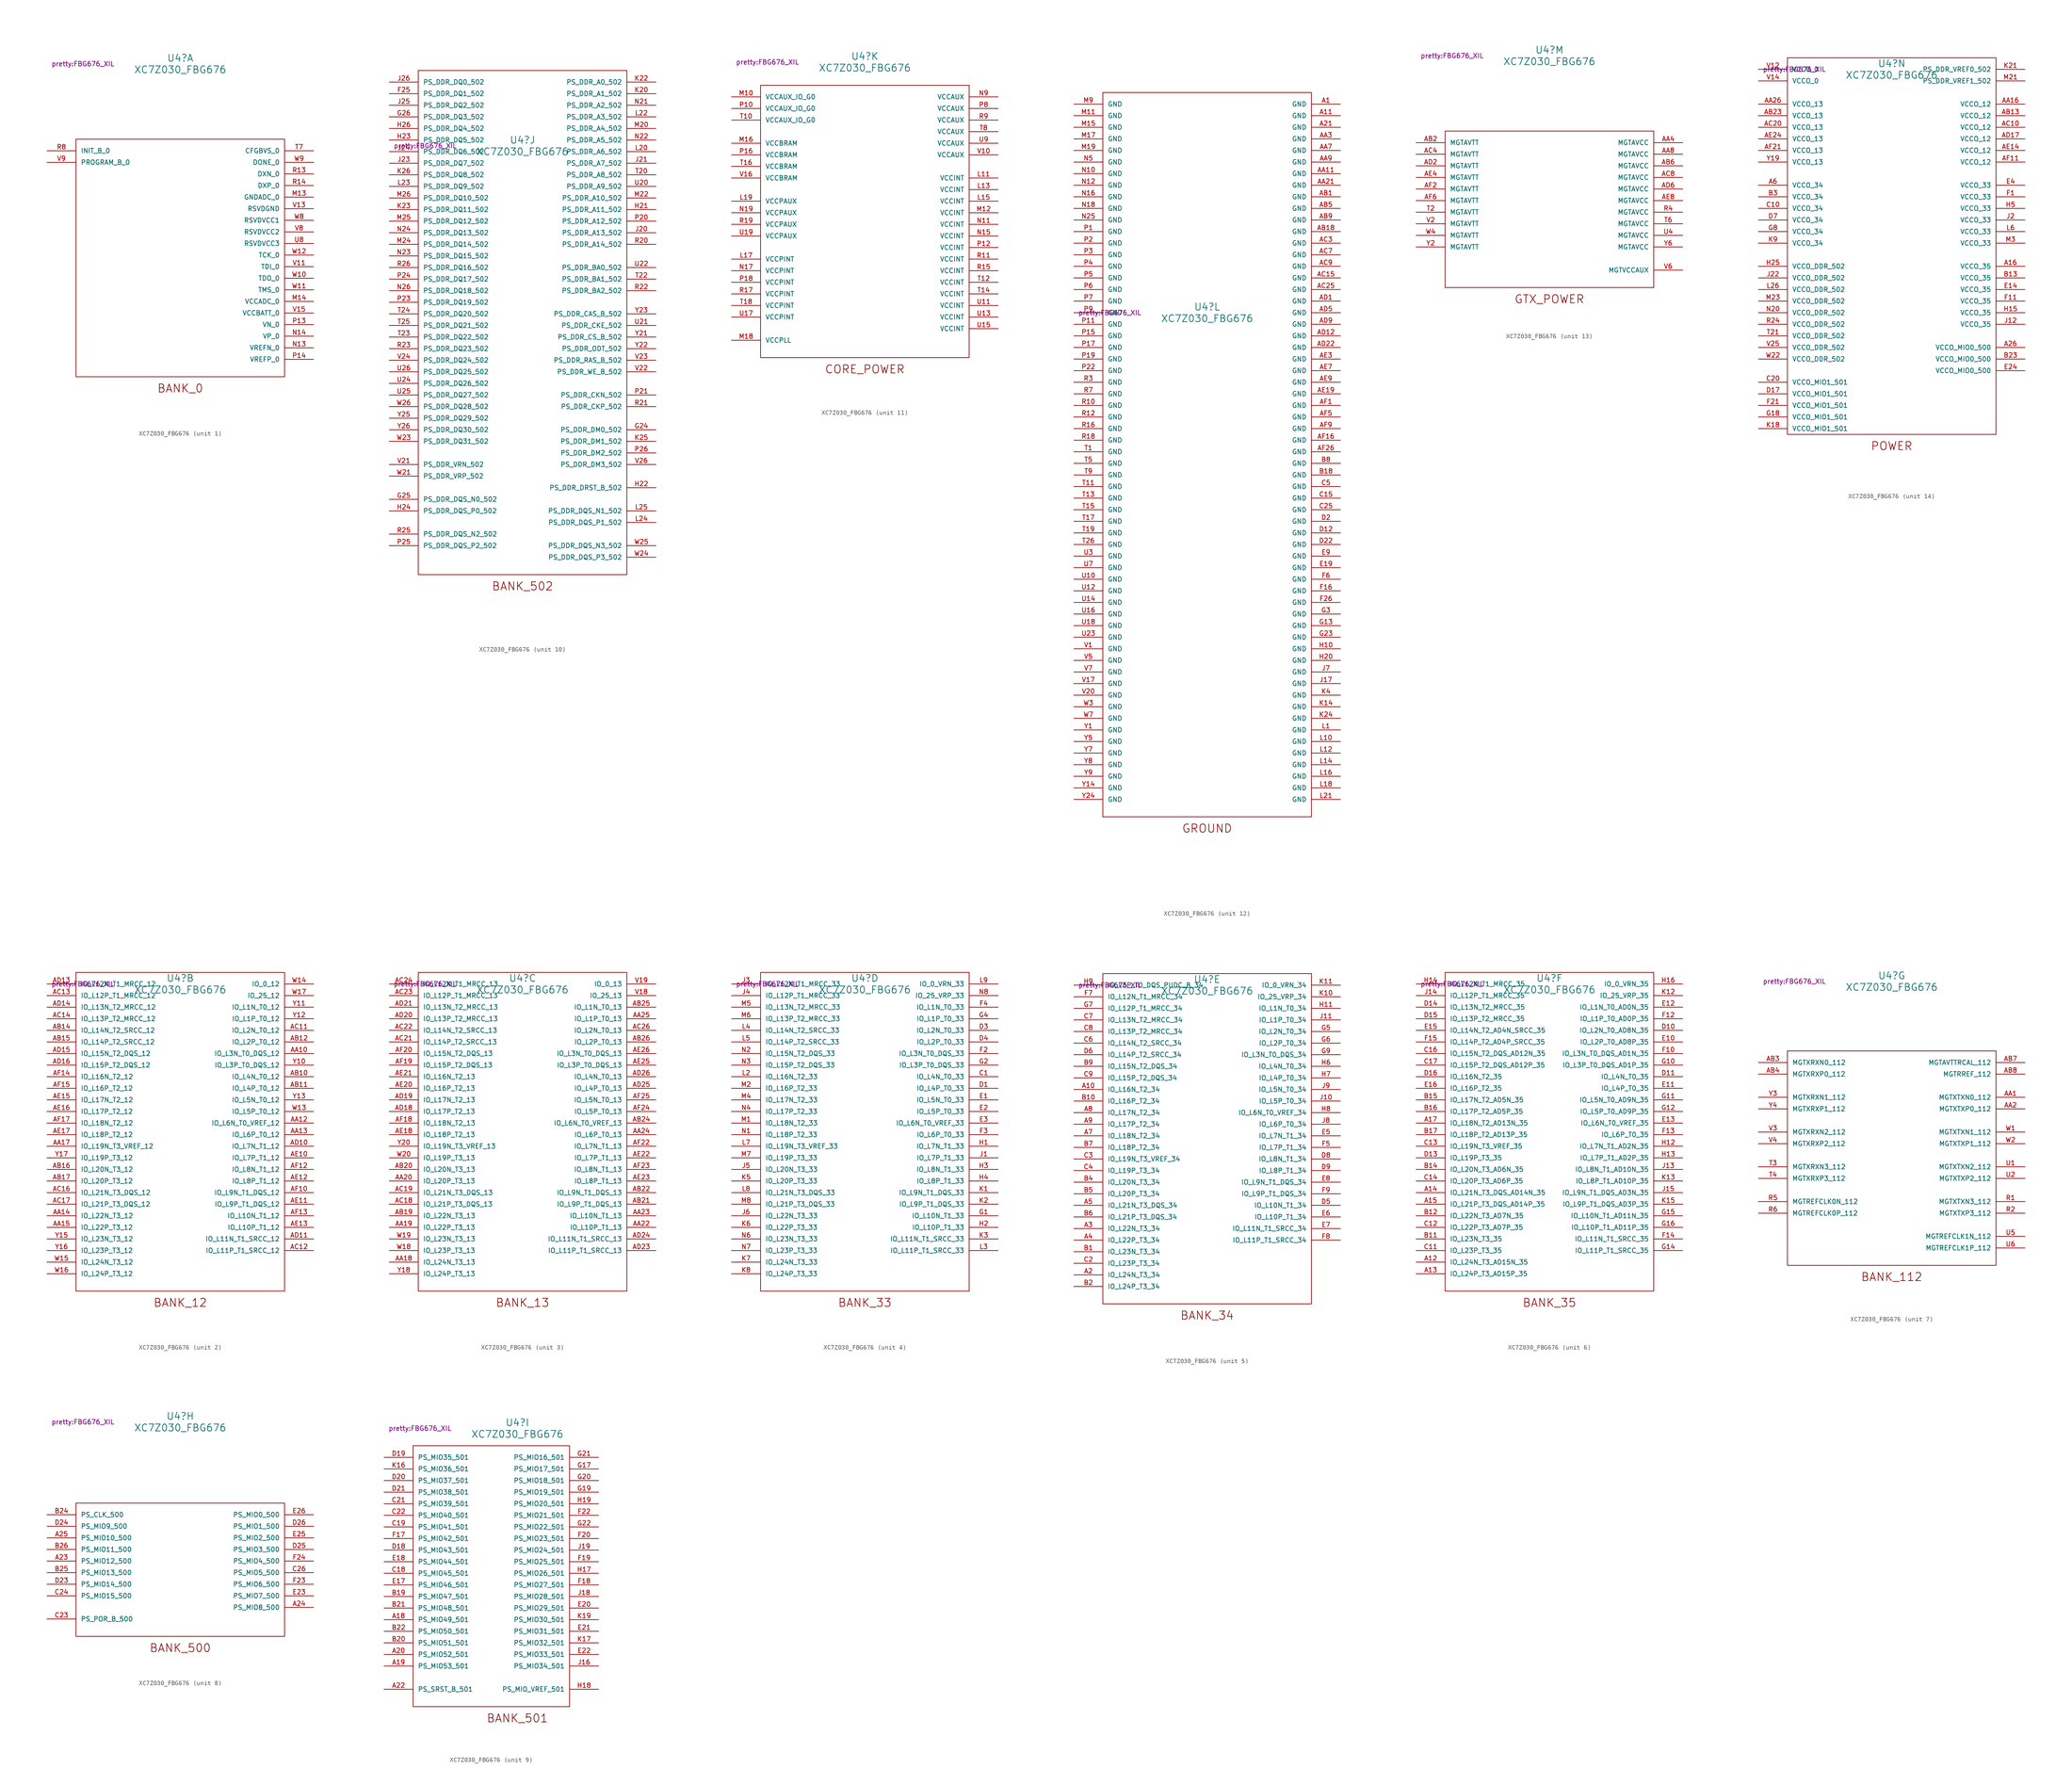
<source format=kicad_sym>
(kicad_symbol_lib
  (version 20231120)
  (generator "kicad_symbol_editor")
  (generator_version "8.0")
  (symbol "XC7Z030_FBG676"
    (pin_names
      (offset 1.016))
    (property "Reference" "U4"
      (at 0 34.29 0)
      (effects (font (size 1.524 1.524))))
    (property "Value" "XC7Z030_FBG676"
      (at 0 31.75 0)
      (effects (font (size 1.524 1.524))))
    (property "Footprint" "pretty:FBG676_XIL"
      (at -21.336 33.02 0)
      (effects (font (size 1.016 1.016))))
    (property "Datasheet" ""
      (at 0 0 0)
      (effects (font (size 1.016 1.016))))
    (property "ki_locked" ""
      (at 0 0 0)
      (effects (font (size 1.27 1.27))))
    (symbol "XC7Z030_FBG676_1_0"
      (rectangle (start -22.86 16.51) (end 22.86 -35.56) (stroke (width 0) (type solid)) (fill (type none)))
      (text "BANK_0" (at 0 -38.1 0) (effects (font (size 1.778 1.778)))))
    (symbol "XC7Z030_FBG676_1_1"
      (pin power_in line (at 29.21 3.81 180) (length 6.35) (name "GNDADC_0" (effects (font (size 1.016 1.016)))) (number "M13" (effects (font (size 1.016 1.016)))))
      (pin power_in line (at 29.21 -19.05 180) (length 6.35) (name "VCCADC_0" (effects (font (size 1.016 1.016)))) (number "M14" (effects (font (size 1.016 1.016)))))
      (pin input line (at 29.21 -29.21 180) (length 6.35) (name "VREFN_0" (effects (font (size 1.016 1.016)))) (number "N13" (effects (font (size 1.016 1.016)))))
      (pin input line (at 29.21 -26.67 180) (length 6.35) (name "VP_0" (effects (font (size 1.016 1.016)))) (number "N14" (effects (font (size 1.016 1.016)))))
      (pin input line (at 29.21 -24.13 180) (length 6.35) (name "VN_0" (effects (font (size 1.016 1.016)))) (number "P13" (effects (font (size 1.016 1.016)))))
      (pin input line (at 29.21 -31.75 180) (length 6.35) (name "VREFP_0" (effects (font (size 1.016 1.016)))) (number "P14" (effects (font (size 1.016 1.016)))))
      (pin input line (at 29.21 8.89 180) (length 6.35) (name "DXN_0" (effects (font (size 1.016 1.016)))) (number "R13" (effects (font (size 1.016 1.016)))))
      (pin input line (at 29.21 6.35 180) (length 6.35) (name "DXP_0" (effects (font (size 1.016 1.016)))) (number "R14" (effects (font (size 1.016 1.016)))))
      (pin bidirectional line (at -29.21 13.97 0) (length 6.35) (name "INIT_B_0" (effects (font (size 1.016 1.016)))) (number "R8" (effects (font (size 1.016 1.016)))))
      (pin input line (at 29.21 13.97 180) (length 6.35) (name "CFGBVS_0" (effects (font (size 1.016 1.016)))) (number "T7" (effects (font (size 1.016 1.016)))))
      (pin power_in line (at 29.21 -6.35 180) (length 6.35) (name "RSVDVCC3" (effects (font (size 1.016 1.016)))) (number "U8" (effects (font (size 1.016 1.016)))))
      (pin input line (at 29.21 -11.43 180) (length 6.35) (name "TDI_0" (effects (font (size 1.016 1.016)))) (number "V11" (effects (font (size 1.016 1.016)))))
      (pin power_in line (at 29.21 1.27 180) (length 6.35) (name "RSVDGND" (effects (font (size 1.016 1.016)))) (number "V13" (effects (font (size 1.016 1.016)))))
      (pin power_in line (at 29.21 -21.59 180) (length 6.35) (name "VCCBATT_0" (effects (font (size 1.016 1.016)))) (number "V15" (effects (font (size 1.016 1.016)))))
      (pin power_in line (at 29.21 -3.81 180) (length 6.35) (name "RSVDVCC2" (effects (font (size 1.016 1.016)))) (number "V8" (effects (font (size 1.016 1.016)))))
      (pin input line (at -29.21 11.43 0) (length 6.35) (name "PROGRAM_B_0" (effects (font (size 1.016 1.016)))) (number "V9" (effects (font (size 1.016 1.016)))))
      (pin output line (at 29.21 -13.97 180) (length 6.35) (name "TDO_0" (effects (font (size 1.016 1.016)))) (number "W10" (effects (font (size 1.016 1.016)))))
      (pin input line (at 29.21 -16.51 180) (length 6.35) (name "TMS_0" (effects (font (size 1.016 1.016)))) (number "W11" (effects (font (size 1.016 1.016)))))
      (pin input line (at 29.21 -8.89 180) (length 6.35) (name "TCK_0" (effects (font (size 1.016 1.016)))) (number "W12" (effects (font (size 1.016 1.016)))))
      (pin power_in line (at 29.21 -1.27 180) (length 6.35) (name "RSVDVCC1" (effects (font (size 1.016 1.016)))) (number "W8" (effects (font (size 1.016 1.016)))))
      (pin bidirectional line (at 29.21 11.43 180) (length 6.35) (name "DONE_0" (effects (font (size 1.016 1.016)))) (number "W9" (effects (font (size 1.016 1.016))))))
    (symbol "XC7Z030_FBG676_2_0"
      (rectangle (start -22.86 35.56) (end 22.86 -34.29) (stroke (width 0) (type solid)) (fill (type none)))
      (text "BANK_12" (at 0 -36.83 0) (effects (font (size 1.778 1.778)))))
    (symbol "XC7Z030_FBG676_2_1"
      (pin bidirectional line (at 29.21 17.78 180) (length 6.35) (name "IO_L3N_T0_DQS_12" (effects (font (size 1.016 1.016)))) (number "AA10" (effects (font (size 1.016 1.016)))))
      (pin bidirectional line (at 29.21 2.54 180) (length 6.35) (name "IO_L6N_T0_VREF_12" (effects (font (size 1.016 1.016)))) (number "AA12" (effects (font (size 1.016 1.016)))))
      (pin bidirectional line (at 29.21 0 180) (length 6.35) (name "IO_L6P_T0_12" (effects (font (size 1.016 1.016)))) (number "AA13" (effects (font (size 1.016 1.016)))))
      (pin bidirectional line (at -29.21 -17.78 0) (length 6.35) (name "IO_L22N_T3_12" (effects (font (size 1.016 1.016)))) (number "AA14" (effects (font (size 1.016 1.016)))))
      (pin bidirectional line (at -29.21 -20.32 0) (length 6.35) (name "IO_L22P_T3_12" (effects (font (size 1.016 1.016)))) (number "AA15" (effects (font (size 1.016 1.016)))))
      (pin bidirectional line (at -29.21 -2.54 0) (length 6.35) (name "IO_L19N_T3_VREF_12" (effects (font (size 1.016 1.016)))) (number "AA17" (effects (font (size 1.016 1.016)))))
      (pin bidirectional line (at 29.21 12.7 180) (length 6.35) (name "IO_L4N_T0_12" (effects (font (size 1.016 1.016)))) (number "AB10" (effects (font (size 1.016 1.016)))))
      (pin bidirectional line (at 29.21 10.16 180) (length 6.35) (name "IO_L4P_T0_12" (effects (font (size 1.016 1.016)))) (number "AB11" (effects (font (size 1.016 1.016)))))
      (pin bidirectional line (at 29.21 20.32 180) (length 6.35) (name "IO_L2P_T0_12" (effects (font (size 1.016 1.016)))) (number "AB12" (effects (font (size 1.016 1.016)))))
      (pin bidirectional line (at -29.21 22.86 0) (length 6.35) (name "IO_L14N_T2_SRCC_12" (effects (font (size 1.016 1.016)))) (number "AB14" (effects (font (size 1.016 1.016)))))
      (pin bidirectional line (at -29.21 20.32 0) (length 6.35) (name "IO_L14P_T2_SRCC_12" (effects (font (size 1.016 1.016)))) (number "AB15" (effects (font (size 1.016 1.016)))))
      (pin bidirectional line (at -29.21 -7.62 0) (length 6.35) (name "IO_L20N_T3_12" (effects (font (size 1.016 1.016)))) (number "AB16" (effects (font (size 1.016 1.016)))))
      (pin bidirectional line (at -29.21 -10.16 0) (length 6.35) (name "IO_L20P_T3_12" (effects (font (size 1.016 1.016)))) (number "AB17" (effects (font (size 1.016 1.016)))))
      (pin bidirectional line (at 29.21 22.86 180) (length 6.35) (name "IO_L2N_T0_12" (effects (font (size 1.016 1.016)))) (number "AC11" (effects (font (size 1.016 1.016)))))
      (pin bidirectional line (at 29.21 -25.4 180) (length 6.35) (name "IO_L11P_T1_SRCC_12" (effects (font (size 1.016 1.016)))) (number "AC12" (effects (font (size 1.016 1.016)))))
      (pin bidirectional line (at -29.21 30.48 0) (length 6.35) (name "IO_L12P_T1_MRCC_12" (effects (font (size 1.016 1.016)))) (number "AC13" (effects (font (size 1.016 1.016)))))
      (pin bidirectional line (at -29.21 25.4 0) (length 6.35) (name "IO_L13P_T2_MRCC_12" (effects (font (size 1.016 1.016)))) (number "AC14" (effects (font (size 1.016 1.016)))))
      (pin bidirectional line (at -29.21 -12.7 0) (length 6.35) (name "IO_L21N_T3_DQS_12" (effects (font (size 1.016 1.016)))) (number "AC16" (effects (font (size 1.016 1.016)))))
      (pin bidirectional line (at -29.21 -15.24 0) (length 6.35) (name "IO_L21P_T3_DQS_12" (effects (font (size 1.016 1.016)))) (number "AC17" (effects (font (size 1.016 1.016)))))
      (pin bidirectional line (at 29.21 -2.54 180) (length 6.35) (name "IO_L7N_T1_12" (effects (font (size 1.016 1.016)))) (number "AD10" (effects (font (size 1.016 1.016)))))
      (pin bidirectional line (at 29.21 -22.86 180) (length 6.35) (name "IO_L11N_T1_SRCC_12" (effects (font (size 1.016 1.016)))) (number "AD11" (effects (font (size 1.016 1.016)))))
      (pin bidirectional line (at -29.21 33.02 0) (length 6.35) (name "IO_L12N_T1_MRCC_12" (effects (font (size 1.016 1.016)))) (number "AD13" (effects (font (size 1.016 1.016)))))
      (pin bidirectional line (at -29.21 27.94 0) (length 6.35) (name "IO_L13N_T2_MRCC_12" (effects (font (size 1.016 1.016)))) (number "AD14" (effects (font (size 1.016 1.016)))))
      (pin bidirectional line (at -29.21 17.78 0) (length 6.35) (name "IO_L15N_T2_DQS_12" (effects (font (size 1.016 1.016)))) (number "AD15" (effects (font (size 1.016 1.016)))))
      (pin bidirectional line (at -29.21 15.24 0) (length 6.35) (name "IO_L15P_T2_DQS_12" (effects (font (size 1.016 1.016)))) (number "AD16" (effects (font (size 1.016 1.016)))))
      (pin bidirectional line (at 29.21 -5.08 180) (length 6.35) (name "IO_L7P_T1_12" (effects (font (size 1.016 1.016)))) (number "AE10" (effects (font (size 1.016 1.016)))))
      (pin bidirectional line (at 29.21 -15.24 180) (length 6.35) (name "IO_L9P_T1_DQS_12" (effects (font (size 1.016 1.016)))) (number "AE11" (effects (font (size 1.016 1.016)))))
      (pin bidirectional line (at 29.21 -10.16 180) (length 6.35) (name "IO_L8P_T1_12" (effects (font (size 1.016 1.016)))) (number "AE12" (effects (font (size 1.016 1.016)))))
      (pin bidirectional line (at 29.21 -20.32 180) (length 6.35) (name "IO_L10P_T1_12" (effects (font (size 1.016 1.016)))) (number "AE13" (effects (font (size 1.016 1.016)))))
      (pin bidirectional line (at -29.21 7.62 0) (length 6.35) (name "IO_L17N_T2_12" (effects (font (size 1.016 1.016)))) (number "AE15" (effects (font (size 1.016 1.016)))))
      (pin bidirectional line (at -29.21 5.08 0) (length 6.35) (name "IO_L17P_T2_12" (effects (font (size 1.016 1.016)))) (number "AE16" (effects (font (size 1.016 1.016)))))
      (pin bidirectional line (at -29.21 0 0) (length 6.35) (name "IO_L18P_T2_12" (effects (font (size 1.016 1.016)))) (number "AE17" (effects (font (size 1.016 1.016)))))
      (pin bidirectional line (at 29.21 -12.7 180) (length 6.35) (name "IO_L9N_T1_DQS_12" (effects (font (size 1.016 1.016)))) (number "AF10" (effects (font (size 1.016 1.016)))))
      (pin bidirectional line (at 29.21 -7.62 180) (length 6.35) (name "IO_L8N_T1_12" (effects (font (size 1.016 1.016)))) (number "AF12" (effects (font (size 1.016 1.016)))))
      (pin bidirectional line (at 29.21 -17.78 180) (length 6.35) (name "IO_L10N_T1_12" (effects (font (size 1.016 1.016)))) (number "AF13" (effects (font (size 1.016 1.016)))))
      (pin bidirectional line (at -29.21 12.7 0) (length 6.35) (name "IO_L16N_T2_12" (effects (font (size 1.016 1.016)))) (number "AF14" (effects (font (size 1.016 1.016)))))
      (pin bidirectional line (at -29.21 10.16 0) (length 6.35) (name "IO_L16P_T2_12" (effects (font (size 1.016 1.016)))) (number "AF15" (effects (font (size 1.016 1.016)))))
      (pin bidirectional line (at -29.21 2.54 0) (length 6.35) (name "IO_L18N_T2_12" (effects (font (size 1.016 1.016)))) (number "AF17" (effects (font (size 1.016 1.016)))))
      (pin bidirectional line (at 29.21 5.08 180) (length 6.35) (name "IO_L5P_T0_12" (effects (font (size 1.016 1.016)))) (number "W13" (effects (font (size 1.016 1.016)))))
      (pin bidirectional line (at 29.21 33.02 180) (length 6.35) (name "IO_0_12" (effects (font (size 1.016 1.016)))) (number "W14" (effects (font (size 1.016 1.016)))))
      (pin bidirectional line (at -29.21 -27.94 0) (length 6.35) (name "IO_L24N_T3_12" (effects (font (size 1.016 1.016)))) (number "W15" (effects (font (size 1.016 1.016)))))
      (pin bidirectional line (at -29.21 -30.48 0) (length 6.35) (name "IO_L24P_T3_12" (effects (font (size 1.016 1.016)))) (number "W16" (effects (font (size 1.016 1.016)))))
      (pin bidirectional line (at 29.21 30.48 180) (length 6.35) (name "IO_25_12" (effects (font (size 1.016 1.016)))) (number "W17" (effects (font (size 1.016 1.016)))))
      (pin bidirectional line (at 29.21 15.24 180) (length 6.35) (name "IO_L3P_T0_DQS_12" (effects (font (size 1.016 1.016)))) (number "Y10" (effects (font (size 1.016 1.016)))))
      (pin bidirectional line (at 29.21 27.94 180) (length 6.35) (name "IO_L1N_T0_12" (effects (font (size 1.016 1.016)))) (number "Y11" (effects (font (size 1.016 1.016)))))
      (pin bidirectional line (at 29.21 25.4 180) (length 6.35) (name "IO_L1P_T0_12" (effects (font (size 1.016 1.016)))) (number "Y12" (effects (font (size 1.016 1.016)))))
      (pin bidirectional line (at 29.21 7.62 180) (length 6.35) (name "IO_L5N_T0_12" (effects (font (size 1.016 1.016)))) (number "Y13" (effects (font (size 1.016 1.016)))))
      (pin bidirectional line (at -29.21 -22.86 0) (length 6.35) (name "IO_L23N_T3_12" (effects (font (size 1.016 1.016)))) (number "Y15" (effects (font (size 1.016 1.016)))))
      (pin bidirectional line (at -29.21 -25.4 0) (length 6.35) (name "IO_L23P_T3_12" (effects (font (size 1.016 1.016)))) (number "Y16" (effects (font (size 1.016 1.016)))))
      (pin bidirectional line (at -29.21 -5.08 0) (length 6.35) (name "IO_L19P_T3_12" (effects (font (size 1.016 1.016)))) (number "Y17" (effects (font (size 1.016 1.016))))))
    (symbol "XC7Z030_FBG676_3_0"
      (rectangle (start -22.86 35.56) (end 22.86 -34.29) (stroke (width 0) (type solid)) (fill (type none)))
      (text "BANK_13" (at 0 -36.83 0) (effects (font (size 1.778 1.778)))))
    (symbol "XC7Z030_FBG676_3_1"
      (pin bidirectional line (at -29.21 -27.94 0) (length 6.35) (name "IO_L24N_T3_13" (effects (font (size 1.016 1.016)))) (number "AA18" (effects (font (size 1.016 1.016)))))
      (pin bidirectional line (at -29.21 -20.32 0) (length 6.35) (name "IO_L22P_T3_13" (effects (font (size 1.016 1.016)))) (number "AA19" (effects (font (size 1.016 1.016)))))
      (pin bidirectional line (at -29.21 -10.16 0) (length 6.35) (name "IO_L20P_T3_13" (effects (font (size 1.016 1.016)))) (number "AA20" (effects (font (size 1.016 1.016)))))
      (pin bidirectional line (at 29.21 -20.32 180) (length 6.35) (name "IO_L10P_T1_13" (effects (font (size 1.016 1.016)))) (number "AA22" (effects (font (size 1.016 1.016)))))
      (pin bidirectional line (at 29.21 -17.78 180) (length 6.35) (name "IO_L10N_T1_13" (effects (font (size 1.016 1.016)))) (number "AA23" (effects (font (size 1.016 1.016)))))
      (pin bidirectional line (at 29.21 0 180) (length 6.35) (name "IO_L6P_T0_13" (effects (font (size 1.016 1.016)))) (number "AA24" (effects (font (size 1.016 1.016)))))
      (pin bidirectional line (at 29.21 25.4 180) (length 6.35) (name "IO_L1P_T0_13" (effects (font (size 1.016 1.016)))) (number "AA25" (effects (font (size 1.016 1.016)))))
      (pin bidirectional line (at -29.21 -17.78 0) (length 6.35) (name "IO_L22N_T3_13" (effects (font (size 1.016 1.016)))) (number "AB19" (effects (font (size 1.016 1.016)))))
      (pin bidirectional line (at -29.21 -7.62 0) (length 6.35) (name "IO_L20N_T3_13" (effects (font (size 1.016 1.016)))) (number "AB20" (effects (font (size 1.016 1.016)))))
      (pin bidirectional line (at 29.21 -15.24 180) (length 6.35) (name "IO_L9P_T1_DQS_13" (effects (font (size 1.016 1.016)))) (number "AB21" (effects (font (size 1.016 1.016)))))
      (pin bidirectional line (at 29.21 -12.7 180) (length 6.35) (name "IO_L9N_T1_DQS_13" (effects (font (size 1.016 1.016)))) (number "AB22" (effects (font (size 1.016 1.016)))))
      (pin bidirectional line (at 29.21 2.54 180) (length 6.35) (name "IO_L6N_T0_VREF_13" (effects (font (size 1.016 1.016)))) (number "AB24" (effects (font (size 1.016 1.016)))))
      (pin bidirectional line (at 29.21 27.94 180) (length 6.35) (name "IO_L1N_T0_13" (effects (font (size 1.016 1.016)))) (number "AB25" (effects (font (size 1.016 1.016)))))
      (pin bidirectional line (at 29.21 20.32 180) (length 6.35) (name "IO_L2P_T0_13" (effects (font (size 1.016 1.016)))) (number "AB26" (effects (font (size 1.016 1.016)))))
      (pin bidirectional line (at -29.21 -15.24 0) (length 6.35) (name "IO_L21P_T3_DQS_13" (effects (font (size 1.016 1.016)))) (number "AC18" (effects (font (size 1.016 1.016)))))
      (pin bidirectional line (at -29.21 -12.7 0) (length 6.35) (name "IO_L21N_T3_DQS_13" (effects (font (size 1.016 1.016)))) (number "AC19" (effects (font (size 1.016 1.016)))))
      (pin bidirectional line (at -29.21 20.32 0) (length 6.35) (name "IO_L14P_T2_SRCC_13" (effects (font (size 1.016 1.016)))) (number "AC21" (effects (font (size 1.016 1.016)))))
      (pin bidirectional line (at -29.21 22.86 0) (length 6.35) (name "IO_L14N_T2_SRCC_13" (effects (font (size 1.016 1.016)))) (number "AC22" (effects (font (size 1.016 1.016)))))
      (pin bidirectional line (at -29.21 30.48 0) (length 6.35) (name "IO_L12P_T1_MRCC_13" (effects (font (size 1.016 1.016)))) (number "AC23" (effects (font (size 1.016 1.016)))))
      (pin bidirectional line (at -29.21 33.02 0) (length 6.35) (name "IO_L12N_T1_MRCC_13" (effects (font (size 1.016 1.016)))) (number "AC24" (effects (font (size 1.016 1.016)))))
      (pin bidirectional line (at 29.21 22.86 180) (length 6.35) (name "IO_L2N_T0_13" (effects (font (size 1.016 1.016)))) (number "AC26" (effects (font (size 1.016 1.016)))))
      (pin bidirectional line (at -29.21 5.08 0) (length 6.35) (name "IO_L17P_T2_13" (effects (font (size 1.016 1.016)))) (number "AD18" (effects (font (size 1.016 1.016)))))
      (pin bidirectional line (at -29.21 7.62 0) (length 6.35) (name "IO_L17N_T2_13" (effects (font (size 1.016 1.016)))) (number "AD19" (effects (font (size 1.016 1.016)))))
      (pin bidirectional line (at -29.21 25.4 0) (length 6.35) (name "IO_L13P_T2_MRCC_13" (effects (font (size 1.016 1.016)))) (number "AD20" (effects (font (size 1.016 1.016)))))
      (pin bidirectional line (at -29.21 27.94 0) (length 6.35) (name "IO_L13N_T2_MRCC_13" (effects (font (size 1.016 1.016)))) (number "AD21" (effects (font (size 1.016 1.016)))))
      (pin bidirectional line (at 29.21 -25.4 180) (length 6.35) (name "IO_L11P_T1_SRCC_13" (effects (font (size 1.016 1.016)))) (number "AD23" (effects (font (size 1.016 1.016)))))
      (pin bidirectional line (at 29.21 -22.86 180) (length 6.35) (name "IO_L11N_T1_SRCC_13" (effects (font (size 1.016 1.016)))) (number "AD24" (effects (font (size 1.016 1.016)))))
      (pin bidirectional line (at 29.21 10.16 180) (length 6.35) (name "IO_L4P_T0_13" (effects (font (size 1.016 1.016)))) (number "AD25" (effects (font (size 1.016 1.016)))))
      (pin bidirectional line (at 29.21 12.7 180) (length 6.35) (name "IO_L4N_T0_13" (effects (font (size 1.016 1.016)))) (number "AD26" (effects (font (size 1.016 1.016)))))
      (pin bidirectional line (at -29.21 0 0) (length 6.35) (name "IO_L18P_T2_13" (effects (font (size 1.016 1.016)))) (number "AE18" (effects (font (size 1.016 1.016)))))
      (pin bidirectional line (at -29.21 10.16 0) (length 6.35) (name "IO_L16P_T2_13" (effects (font (size 1.016 1.016)))) (number "AE20" (effects (font (size 1.016 1.016)))))
      (pin bidirectional line (at -29.21 12.7 0) (length 6.35) (name "IO_L16N_T2_13" (effects (font (size 1.016 1.016)))) (number "AE21" (effects (font (size 1.016 1.016)))))
      (pin bidirectional line (at 29.21 -5.08 180) (length 6.35) (name "IO_L7P_T1_13" (effects (font (size 1.016 1.016)))) (number "AE22" (effects (font (size 1.016 1.016)))))
      (pin bidirectional line (at 29.21 -10.16 180) (length 6.35) (name "IO_L8P_T1_13" (effects (font (size 1.016 1.016)))) (number "AE23" (effects (font (size 1.016 1.016)))))
      (pin bidirectional line (at 29.21 15.24 180) (length 6.35) (name "IO_L3P_T0_DQS_13" (effects (font (size 1.016 1.016)))) (number "AE25" (effects (font (size 1.016 1.016)))))
      (pin bidirectional line (at 29.21 17.78 180) (length 6.35) (name "IO_L3N_T0_DQS_13" (effects (font (size 1.016 1.016)))) (number "AE26" (effects (font (size 1.016 1.016)))))
      (pin bidirectional line (at -29.21 2.54 0) (length 6.35) (name "IO_L18N_T2_13" (effects (font (size 1.016 1.016)))) (number "AF18" (effects (font (size 1.016 1.016)))))
      (pin bidirectional line (at -29.21 15.24 0) (length 6.35) (name "IO_L15P_T2_DQS_13" (effects (font (size 1.016 1.016)))) (number "AF19" (effects (font (size 1.016 1.016)))))
      (pin bidirectional line (at -29.21 17.78 0) (length 6.35) (name "IO_L15N_T2_DQS_13" (effects (font (size 1.016 1.016)))) (number "AF20" (effects (font (size 1.016 1.016)))))
      (pin bidirectional line (at 29.21 -2.54 180) (length 6.35) (name "IO_L7N_T1_13" (effects (font (size 1.016 1.016)))) (number "AF22" (effects (font (size 1.016 1.016)))))
      (pin bidirectional line (at 29.21 -7.62 180) (length 6.35) (name "IO_L8N_T1_13" (effects (font (size 1.016 1.016)))) (number "AF23" (effects (font (size 1.016 1.016)))))
      (pin bidirectional line (at 29.21 5.08 180) (length 6.35) (name "IO_L5P_T0_13" (effects (font (size 1.016 1.016)))) (number "AF24" (effects (font (size 1.016 1.016)))))
      (pin bidirectional line (at 29.21 7.62 180) (length 6.35) (name "IO_L5N_T0_13" (effects (font (size 1.016 1.016)))) (number "AF25" (effects (font (size 1.016 1.016)))))
      (pin bidirectional line (at 29.21 30.48 180) (length 6.35) (name "IO_25_13" (effects (font (size 1.016 1.016)))) (number "V18" (effects (font (size 1.016 1.016)))))
      (pin bidirectional line (at 29.21 33.02 180) (length 6.35) (name "IO_0_13" (effects (font (size 1.016 1.016)))) (number "V19" (effects (font (size 1.016 1.016)))))
      (pin bidirectional line (at -29.21 -25.4 0) (length 6.35) (name "IO_L23P_T3_13" (effects (font (size 1.016 1.016)))) (number "W18" (effects (font (size 1.016 1.016)))))
      (pin bidirectional line (at -29.21 -22.86 0) (length 6.35) (name "IO_L23N_T3_13" (effects (font (size 1.016 1.016)))) (number "W19" (effects (font (size 1.016 1.016)))))
      (pin bidirectional line (at -29.21 -5.08 0) (length 6.35) (name "IO_L19P_T3_13" (effects (font (size 1.016 1.016)))) (number "W20" (effects (font (size 1.016 1.016)))))
      (pin bidirectional line (at -29.21 -30.48 0) (length 6.35) (name "IO_L24P_T3_13" (effects (font (size 1.016 1.016)))) (number "Y18" (effects (font (size 1.016 1.016)))))
      (pin bidirectional line (at -29.21 -2.54 0) (length 6.35) (name "IO_L19N_T3_VREF_13" (effects (font (size 1.016 1.016)))) (number "Y20" (effects (font (size 1.016 1.016))))))
    (symbol "XC7Z030_FBG676_4_0"
      (rectangle (start -22.86 35.56) (end 22.86 -34.29) (stroke (width 0) (type solid)) (fill (type none)))
      (text "BANK_33" (at 0 -36.83 0) (effects (font (size 1.778 1.778)))))
    (symbol "XC7Z030_FBG676_4_1"
      (pin bidirectional line (at 29.21 12.7 180) (length 6.35) (name "IO_L4N_T0_33" (effects (font (size 1.016 1.016)))) (number "C1" (effects (font (size 1.016 1.016)))))
      (pin bidirectional line (at 29.21 10.16 180) (length 6.35) (name "IO_L4P_T0_33" (effects (font (size 1.016 1.016)))) (number "D1" (effects (font (size 1.016 1.016)))))
      (pin bidirectional line (at 29.21 22.86 180) (length 6.35) (name "IO_L2N_T0_33" (effects (font (size 1.016 1.016)))) (number "D3" (effects (font (size 1.016 1.016)))))
      (pin bidirectional line (at 29.21 20.32 180) (length 6.35) (name "IO_L2P_T0_33" (effects (font (size 1.016 1.016)))) (number "D4" (effects (font (size 1.016 1.016)))))
      (pin bidirectional line (at 29.21 7.62 180) (length 6.35) (name "IO_L5N_T0_33" (effects (font (size 1.016 1.016)))) (number "E1" (effects (font (size 1.016 1.016)))))
      (pin bidirectional line (at 29.21 5.08 180) (length 6.35) (name "IO_L5P_T0_33" (effects (font (size 1.016 1.016)))) (number "E2" (effects (font (size 1.016 1.016)))))
      (pin bidirectional line (at 29.21 2.54 180) (length 6.35) (name "IO_L6N_T0_VREF_33" (effects (font (size 1.016 1.016)))) (number "E3" (effects (font (size 1.016 1.016)))))
      (pin bidirectional line (at 29.21 17.78 180) (length 6.35) (name "IO_L3N_T0_DQS_33" (effects (font (size 1.016 1.016)))) (number "F2" (effects (font (size 1.016 1.016)))))
      (pin bidirectional line (at 29.21 0 180) (length 6.35) (name "IO_L6P_T0_33" (effects (font (size 1.016 1.016)))) (number "F3" (effects (font (size 1.016 1.016)))))
      (pin bidirectional line (at 29.21 27.94 180) (length 6.35) (name "IO_L1N_T0_33" (effects (font (size 1.016 1.016)))) (number "F4" (effects (font (size 1.016 1.016)))))
      (pin bidirectional line (at 29.21 -17.78 180) (length 6.35) (name "IO_L10N_T1_33" (effects (font (size 1.016 1.016)))) (number "G1" (effects (font (size 1.016 1.016)))))
      (pin bidirectional line (at 29.21 15.24 180) (length 6.35) (name "IO_L3P_T0_DQS_33" (effects (font (size 1.016 1.016)))) (number "G2" (effects (font (size 1.016 1.016)))))
      (pin bidirectional line (at 29.21 25.4 180) (length 6.35) (name "IO_L1P_T0_33" (effects (font (size 1.016 1.016)))) (number "G4" (effects (font (size 1.016 1.016)))))
      (pin bidirectional line (at 29.21 -2.54 180) (length 6.35) (name "IO_L7N_T1_33" (effects (font (size 1.016 1.016)))) (number "H1" (effects (font (size 1.016 1.016)))))
      (pin bidirectional line (at 29.21 -20.32 180) (length 6.35) (name "IO_L10P_T1_33" (effects (font (size 1.016 1.016)))) (number "H2" (effects (font (size 1.016 1.016)))))
      (pin bidirectional line (at 29.21 -7.62 180) (length 6.35) (name "IO_L8N_T1_33" (effects (font (size 1.016 1.016)))) (number "H3" (effects (font (size 1.016 1.016)))))
      (pin bidirectional line (at 29.21 -10.16 180) (length 6.35) (name "IO_L8P_T1_33" (effects (font (size 1.016 1.016)))) (number "H4" (effects (font (size 1.016 1.016)))))
      (pin bidirectional line (at 29.21 -5.08 180) (length 6.35) (name "IO_L7P_T1_33" (effects (font (size 1.016 1.016)))) (number "J1" (effects (font (size 1.016 1.016)))))
      (pin bidirectional line (at -29.21 33.02 0) (length 6.35) (name "IO_L12N_T1_MRCC_33" (effects (font (size 1.016 1.016)))) (number "J3" (effects (font (size 1.016 1.016)))))
      (pin bidirectional line (at -29.21 30.48 0) (length 6.35) (name "IO_L12P_T1_MRCC_33" (effects (font (size 1.016 1.016)))) (number "J4" (effects (font (size 1.016 1.016)))))
      (pin bidirectional line (at -29.21 -7.62 0) (length 6.35) (name "IO_L20N_T3_33" (effects (font (size 1.016 1.016)))) (number "J5" (effects (font (size 1.016 1.016)))))
      (pin bidirectional line (at -29.21 -17.78 0) (length 6.35) (name "IO_L22N_T3_33" (effects (font (size 1.016 1.016)))) (number "J6" (effects (font (size 1.016 1.016)))))
      (pin bidirectional line (at 29.21 -12.7 180) (length 6.35) (name "IO_L9N_T1_DQS_33" (effects (font (size 1.016 1.016)))) (number "K1" (effects (font (size 1.016 1.016)))))
      (pin bidirectional line (at 29.21 -15.24 180) (length 6.35) (name "IO_L9P_T1_DQS_33" (effects (font (size 1.016 1.016)))) (number "K2" (effects (font (size 1.016 1.016)))))
      (pin bidirectional line (at 29.21 -22.86 180) (length 6.35) (name "IO_L11N_T1_SRCC_33" (effects (font (size 1.016 1.016)))) (number "K3" (effects (font (size 1.016 1.016)))))
      (pin bidirectional line (at -29.21 -10.16 0) (length 6.35) (name "IO_L20P_T3_33" (effects (font (size 1.016 1.016)))) (number "K5" (effects (font (size 1.016 1.016)))))
      (pin bidirectional line (at -29.21 -20.32 0) (length 6.35) (name "IO_L22P_T3_33" (effects (font (size 1.016 1.016)))) (number "K6" (effects (font (size 1.016 1.016)))))
      (pin bidirectional line (at -29.21 -27.94 0) (length 6.35) (name "IO_L24N_T3_33" (effects (font (size 1.016 1.016)))) (number "K7" (effects (font (size 1.016 1.016)))))
      (pin bidirectional line (at -29.21 -30.48 0) (length 6.35) (name "IO_L24P_T3_33" (effects (font (size 1.016 1.016)))) (number "K8" (effects (font (size 1.016 1.016)))))
      (pin bidirectional line (at -29.21 12.7 0) (length 6.35) (name "IO_L16N_T2_33" (effects (font (size 1.016 1.016)))) (number "L2" (effects (font (size 1.016 1.016)))))
      (pin bidirectional line (at 29.21 -25.4 180) (length 6.35) (name "IO_L11P_T1_SRCC_33" (effects (font (size 1.016 1.016)))) (number "L3" (effects (font (size 1.016 1.016)))))
      (pin bidirectional line (at -29.21 22.86 0) (length 6.35) (name "IO_L14N_T2_SRCC_33" (effects (font (size 1.016 1.016)))) (number "L4" (effects (font (size 1.016 1.016)))))
      (pin bidirectional line (at -29.21 20.32 0) (length 6.35) (name "IO_L14P_T2_SRCC_33" (effects (font (size 1.016 1.016)))) (number "L5" (effects (font (size 1.016 1.016)))))
      (pin bidirectional line (at -29.21 -2.54 0) (length 6.35) (name "IO_L19N_T3_VREF_33" (effects (font (size 1.016 1.016)))) (number "L7" (effects (font (size 1.016 1.016)))))
      (pin bidirectional line (at -29.21 -12.7 0) (length 6.35) (name "IO_L21N_T3_DQS_33" (effects (font (size 1.016 1.016)))) (number "L8" (effects (font (size 1.016 1.016)))))
      (pin bidirectional line (at 29.21 33.02 180) (length 6.35) (name "IO_0_VRN_33" (effects (font (size 1.016 1.016)))) (number "L9" (effects (font (size 1.016 1.016)))))
      (pin bidirectional line (at -29.21 2.54 0) (length 6.35) (name "IO_L18N_T2_33" (effects (font (size 1.016 1.016)))) (number "M1" (effects (font (size 1.016 1.016)))))
      (pin bidirectional line (at -29.21 10.16 0) (length 6.35) (name "IO_L16P_T2_33" (effects (font (size 1.016 1.016)))) (number "M2" (effects (font (size 1.016 1.016)))))
      (pin bidirectional line (at -29.21 7.62 0) (length 6.35) (name "IO_L17N_T2_33" (effects (font (size 1.016 1.016)))) (number "M4" (effects (font (size 1.016 1.016)))))
      (pin bidirectional line (at -29.21 27.94 0) (length 6.35) (name "IO_L13N_T2_MRCC_33" (effects (font (size 1.016 1.016)))) (number "M5" (effects (font (size 1.016 1.016)))))
      (pin bidirectional line (at -29.21 25.4 0) (length 6.35) (name "IO_L13P_T2_MRCC_33" (effects (font (size 1.016 1.016)))) (number "M6" (effects (font (size 1.016 1.016)))))
      (pin bidirectional line (at -29.21 -5.08 0) (length 6.35) (name "IO_L19P_T3_33" (effects (font (size 1.016 1.016)))) (number "M7" (effects (font (size 1.016 1.016)))))
      (pin bidirectional line (at -29.21 -15.24 0) (length 6.35) (name "IO_L21P_T3_DQS_33" (effects (font (size 1.016 1.016)))) (number "M8" (effects (font (size 1.016 1.016)))))
      (pin bidirectional line (at -29.21 0 0) (length 6.35) (name "IO_L18P_T2_33" (effects (font (size 1.016 1.016)))) (number "N1" (effects (font (size 1.016 1.016)))))
      (pin bidirectional line (at -29.21 17.78 0) (length 6.35) (name "IO_L15N_T2_DQS_33" (effects (font (size 1.016 1.016)))) (number "N2" (effects (font (size 1.016 1.016)))))
      (pin bidirectional line (at -29.21 15.24 0) (length 6.35) (name "IO_L15P_T2_DQS_33" (effects (font (size 1.016 1.016)))) (number "N3" (effects (font (size 1.016 1.016)))))
      (pin bidirectional line (at -29.21 5.08 0) (length 6.35) (name "IO_L17P_T2_33" (effects (font (size 1.016 1.016)))) (number "N4" (effects (font (size 1.016 1.016)))))
      (pin bidirectional line (at -29.21 -22.86 0) (length 6.35) (name "IO_L23N_T3_33" (effects (font (size 1.016 1.016)))) (number "N6" (effects (font (size 1.016 1.016)))))
      (pin bidirectional line (at -29.21 -25.4 0) (length 6.35) (name "IO_L23P_T3_33" (effects (font (size 1.016 1.016)))) (number "N7" (effects (font (size 1.016 1.016)))))
      (pin bidirectional line (at 29.21 30.48 180) (length 6.35) (name "IO_25_VRP_33" (effects (font (size 1.016 1.016)))) (number "N8" (effects (font (size 1.016 1.016))))))
    (symbol "XC7Z030_FBG676_5_0"
      (rectangle (start -22.86 35.56) (end 22.86 -36.83) (stroke (width 0) (type solid)) (fill (type none)))
      (text "BANK_34" (at 0 -39.37 0) (effects (font (size 1.778 1.778)))))
    (symbol "XC7Z030_FBG676_5_1"
      (pin bidirectional line (at -29.21 10.16 0) (length 6.35) (name "IO_L16N_T2_34" (effects (font (size 1.016 1.016)))) (number "A10" (effects (font (size 1.016 1.016)))))
      (pin bidirectional line (at -29.21 -30.48 0) (length 6.35) (name "IO_L24N_T3_34" (effects (font (size 1.016 1.016)))) (number "A2" (effects (font (size 1.016 1.016)))))
      (pin bidirectional line (at -29.21 -20.32 0) (length 6.35) (name "IO_L22N_T3_34" (effects (font (size 1.016 1.016)))) (number "A3" (effects (font (size 1.016 1.016)))))
      (pin bidirectional line (at -29.21 -22.86 0) (length 6.35) (name "IO_L22P_T3_34" (effects (font (size 1.016 1.016)))) (number "A4" (effects (font (size 1.016 1.016)))))
      (pin bidirectional line (at -29.21 -15.24 0) (length 6.35) (name "IO_L21N_T3_DQS_34" (effects (font (size 1.016 1.016)))) (number "A5" (effects (font (size 1.016 1.016)))))
      (pin bidirectional line (at -29.21 0 0) (length 6.35) (name "IO_L18N_T2_34" (effects (font (size 1.016 1.016)))) (number "A7" (effects (font (size 1.016 1.016)))))
      (pin bidirectional line (at -29.21 5.08 0) (length 6.35) (name "IO_L17N_T2_34" (effects (font (size 1.016 1.016)))) (number "A8" (effects (font (size 1.016 1.016)))))
      (pin bidirectional line (at -29.21 2.54 0) (length 6.35) (name "IO_L17P_T2_34" (effects (font (size 1.016 1.016)))) (number "A9" (effects (font (size 1.016 1.016)))))
      (pin bidirectional line (at -29.21 -25.4 0) (length 6.35) (name "IO_L23N_T3_34" (effects (font (size 1.016 1.016)))) (number "B1" (effects (font (size 1.016 1.016)))))
      (pin bidirectional line (at -29.21 7.62 0) (length 6.35) (name "IO_L16P_T2_34" (effects (font (size 1.016 1.016)))) (number "B10" (effects (font (size 1.016 1.016)))))
      (pin bidirectional line (at -29.21 -33.02 0) (length 6.35) (name "IO_L24P_T3_34" (effects (font (size 1.016 1.016)))) (number "B2" (effects (font (size 1.016 1.016)))))
      (pin bidirectional line (at -29.21 -10.16 0) (length 6.35) (name "IO_L20N_T3_34" (effects (font (size 1.016 1.016)))) (number "B4" (effects (font (size 1.016 1.016)))))
      (pin bidirectional line (at -29.21 -12.7 0) (length 6.35) (name "IO_L20P_T3_34" (effects (font (size 1.016 1.016)))) (number "B5" (effects (font (size 1.016 1.016)))))
      (pin bidirectional line (at -29.21 -17.78 0) (length 6.35) (name "IO_L21P_T3_DQS_34" (effects (font (size 1.016 1.016)))) (number "B6" (effects (font (size 1.016 1.016)))))
      (pin bidirectional line (at -29.21 -2.54 0) (length 6.35) (name "IO_L18P_T2_34" (effects (font (size 1.016 1.016)))) (number "B7" (effects (font (size 1.016 1.016)))))
      (pin bidirectional line (at -29.21 15.24 0) (length 6.35) (name "IO_L15N_T2_DQS_34" (effects (font (size 1.016 1.016)))) (number "B9" (effects (font (size 1.016 1.016)))))
      (pin bidirectional line (at -29.21 -27.94 0) (length 6.35) (name "IO_L23P_T3_34" (effects (font (size 1.016 1.016)))) (number "C2" (effects (font (size 1.016 1.016)))))
      (pin bidirectional line (at -29.21 -5.08 0) (length 6.35) (name "IO_L19N_T3_VREF_34" (effects (font (size 1.016 1.016)))) (number "C3" (effects (font (size 1.016 1.016)))))
      (pin bidirectional line (at -29.21 -7.62 0) (length 6.35) (name "IO_L19P_T3_34" (effects (font (size 1.016 1.016)))) (number "C4" (effects (font (size 1.016 1.016)))))
      (pin bidirectional line (at -29.21 20.32 0) (length 6.35) (name "IO_L14N_T2_SRCC_34" (effects (font (size 1.016 1.016)))) (number "C6" (effects (font (size 1.016 1.016)))))
      (pin bidirectional line (at -29.21 25.4 0) (length 6.35) (name "IO_L13N_T2_MRCC_34" (effects (font (size 1.016 1.016)))) (number "C7" (effects (font (size 1.016 1.016)))))
      (pin bidirectional line (at -29.21 22.86 0) (length 6.35) (name "IO_L13P_T2_MRCC_34" (effects (font (size 1.016 1.016)))) (number "C8" (effects (font (size 1.016 1.016)))))
      (pin bidirectional line (at -29.21 12.7 0) (length 6.35) (name "IO_L15P_T2_DQS_34" (effects (font (size 1.016 1.016)))) (number "C9" (effects (font (size 1.016 1.016)))))
      (pin bidirectional line (at 29.21 -15.24 180) (length 6.35) (name "IO_L10N_T1_34" (effects (font (size 1.016 1.016)))) (number "D5" (effects (font (size 1.016 1.016)))))
      (pin bidirectional line (at -29.21 17.78 0) (length 6.35) (name "IO_L14P_T2_SRCC_34" (effects (font (size 1.016 1.016)))) (number "D6" (effects (font (size 1.016 1.016)))))
      (pin bidirectional line (at 29.21 -5.08 180) (length 6.35) (name "IO_L8N_T1_34" (effects (font (size 1.016 1.016)))) (number "D8" (effects (font (size 1.016 1.016)))))
      (pin bidirectional line (at 29.21 -7.62 180) (length 6.35) (name "IO_L8P_T1_34" (effects (font (size 1.016 1.016)))) (number "D9" (effects (font (size 1.016 1.016)))))
      (pin bidirectional line (at 29.21 0 180) (length 6.35) (name "IO_L7N_T1_34" (effects (font (size 1.016 1.016)))) (number "E5" (effects (font (size 1.016 1.016)))))
      (pin bidirectional line (at 29.21 -17.78 180) (length 6.35) (name "IO_L10P_T1_34" (effects (font (size 1.016 1.016)))) (number "E6" (effects (font (size 1.016 1.016)))))
      (pin bidirectional line (at 29.21 -20.32 180) (length 6.35) (name "IO_L11N_T1_SRCC_34" (effects (font (size 1.016 1.016)))) (number "E7" (effects (font (size 1.016 1.016)))))
      (pin bidirectional line (at 29.21 -10.16 180) (length 6.35) (name "IO_L9N_T1_DQS_34" (effects (font (size 1.016 1.016)))) (number "E8" (effects (font (size 1.016 1.016)))))
      (pin bidirectional line (at 29.21 -2.54 180) (length 6.35) (name "IO_L7P_T1_34" (effects (font (size 1.016 1.016)))) (number "F5" (effects (font (size 1.016 1.016)))))
      (pin bidirectional line (at -29.21 30.48 0) (length 6.35) (name "IO_L12N_T1_MRCC_34" (effects (font (size 1.016 1.016)))) (number "F7" (effects (font (size 1.016 1.016)))))
      (pin bidirectional line (at 29.21 -22.86 180) (length 6.35) (name "IO_L11P_T1_SRCC_34" (effects (font (size 1.016 1.016)))) (number "F8" (effects (font (size 1.016 1.016)))))
      (pin bidirectional line (at 29.21 -12.7 180) (length 6.35) (name "IO_L9P_T1_DQS_34" (effects (font (size 1.016 1.016)))) (number "F9" (effects (font (size 1.016 1.016)))))
      (pin bidirectional line (at 29.21 22.86 180) (length 6.35) (name "IO_L2N_T0_34" (effects (font (size 1.016 1.016)))) (number "G5" (effects (font (size 1.016 1.016)))))
      (pin bidirectional line (at 29.21 20.32 180) (length 6.35) (name "IO_L2P_T0_34" (effects (font (size 1.016 1.016)))) (number "G6" (effects (font (size 1.016 1.016)))))
      (pin bidirectional line (at -29.21 27.94 0) (length 6.35) (name "IO_L12P_T1_MRCC_34" (effects (font (size 1.016 1.016)))) (number "G7" (effects (font (size 1.016 1.016)))))
      (pin bidirectional line (at 29.21 17.78 180) (length 6.35) (name "IO_L3N_T0_DQS_34" (effects (font (size 1.016 1.016)))) (number "G9" (effects (font (size 1.016 1.016)))))
      (pin bidirectional line (at 29.21 27.94 180) (length 6.35) (name "IO_L1N_T0_34" (effects (font (size 1.016 1.016)))) (number "H11" (effects (font (size 1.016 1.016)))))
      (pin bidirectional line (at 29.21 15.24 180) (length 6.35) (name "IO_L4N_T0_34" (effects (font (size 1.016 1.016)))) (number "H6" (effects (font (size 1.016 1.016)))))
      (pin bidirectional line (at 29.21 12.7 180) (length 6.35) (name "IO_L4P_T0_34" (effects (font (size 1.016 1.016)))) (number "H7" (effects (font (size 1.016 1.016)))))
      (pin bidirectional line (at 29.21 5.08 180) (length 6.35) (name "IO_L6N_T0_VREF_34" (effects (font (size 1.016 1.016)))) (number "H8" (effects (font (size 1.016 1.016)))))
      (pin bidirectional line (at -29.21 33.02 0) (length 6.35) (name "IO_L3P_T0_DQS_PUDC_B_34" (effects (font (size 1.016 1.016)))) (number "H9" (effects (font (size 1.016 1.016)))))
      (pin bidirectional line (at 29.21 7.62 180) (length 6.35) (name "IO_L5P_T0_34" (effects (font (size 1.016 1.016)))) (number "J10" (effects (font (size 1.016 1.016)))))
      (pin bidirectional line (at 29.21 25.4 180) (length 6.35) (name "IO_L1P_T0_34" (effects (font (size 1.016 1.016)))) (number "J11" (effects (font (size 1.016 1.016)))))
      (pin bidirectional line (at 29.21 2.54 180) (length 6.35) (name "IO_L6P_T0_34" (effects (font (size 1.016 1.016)))) (number "J8" (effects (font (size 1.016 1.016)))))
      (pin bidirectional line (at 29.21 10.16 180) (length 6.35) (name "IO_L5N_T0_34" (effects (font (size 1.016 1.016)))) (number "J9" (effects (font (size 1.016 1.016)))))
      (pin bidirectional line (at 29.21 30.48 180) (length 6.35) (name "IO_25_VRP_34" (effects (font (size 1.016 1.016)))) (number "K10" (effects (font (size 1.016 1.016)))))
      (pin bidirectional line (at 29.21 33.02 180) (length 6.35) (name "IO_0_VRN_34" (effects (font (size 1.016 1.016)))) (number "K11" (effects (font (size 1.016 1.016))))))
    (symbol "XC7Z030_FBG676_6_0"
      (rectangle (start -22.86 35.56) (end 22.86 -34.29) (stroke (width 0) (type solid)) (fill (type none)))
      (text "BANK_35" (at 0 -36.83 0) (effects (font (size 1.778 1.778)))))
    (symbol "XC7Z030_FBG676_6_1"
      (pin bidirectional line (at -29.21 -27.94 0) (length 6.35) (name "IO_L24N_T3_AD15N_35" (effects (font (size 1.016 1.016)))) (number "A12" (effects (font (size 1.016 1.016)))))
      (pin bidirectional line (at -29.21 -30.48 0) (length 6.35) (name "IO_L24P_T3_AD15P_35" (effects (font (size 1.016 1.016)))) (number "A13" (effects (font (size 1.016 1.016)))))
      (pin bidirectional line (at -29.21 -12.7 0) (length 6.35) (name "IO_L21N_T3_DQS_AD14N_35" (effects (font (size 1.016 1.016)))) (number "A14" (effects (font (size 1.016 1.016)))))
      (pin bidirectional line (at -29.21 -15.24 0) (length 6.35) (name "IO_L21P_T3_DQS_AD14P_35" (effects (font (size 1.016 1.016)))) (number "A15" (effects (font (size 1.016 1.016)))))
      (pin bidirectional line (at -29.21 2.54 0) (length 6.35) (name "IO_L18N_T2_AD13N_35" (effects (font (size 1.016 1.016)))) (number "A17" (effects (font (size 1.016 1.016)))))
      (pin bidirectional line (at -29.21 -22.86 0) (length 6.35) (name "IO_L23N_T3_35" (effects (font (size 1.016 1.016)))) (number "B11" (effects (font (size 1.016 1.016)))))
      (pin bidirectional line (at -29.21 -17.78 0) (length 6.35) (name "IO_L22N_T3_AD7N_35" (effects (font (size 1.016 1.016)))) (number "B12" (effects (font (size 1.016 1.016)))))
      (pin bidirectional line (at -29.21 -7.62 0) (length 6.35) (name "IO_L20N_T3_AD6N_35" (effects (font (size 1.016 1.016)))) (number "B14" (effects (font (size 1.016 1.016)))))
      (pin bidirectional line (at -29.21 7.62 0) (length 6.35) (name "IO_L17N_T2_AD5N_35" (effects (font (size 1.016 1.016)))) (number "B15" (effects (font (size 1.016 1.016)))))
      (pin bidirectional line (at -29.21 5.08 0) (length 6.35) (name "IO_L17P_T2_AD5P_35" (effects (font (size 1.016 1.016)))) (number "B16" (effects (font (size 1.016 1.016)))))
      (pin bidirectional line (at -29.21 0 0) (length 6.35) (name "IO_L18P_T2_AD13P_35" (effects (font (size 1.016 1.016)))) (number "B17" (effects (font (size 1.016 1.016)))))
      (pin bidirectional line (at -29.21 -25.4 0) (length 6.35) (name "IO_L23P_T3_35" (effects (font (size 1.016 1.016)))) (number "C11" (effects (font (size 1.016 1.016)))))
      (pin bidirectional line (at -29.21 -20.32 0) (length 6.35) (name "IO_L22P_T3_AD7P_35" (effects (font (size 1.016 1.016)))) (number "C12" (effects (font (size 1.016 1.016)))))
      (pin bidirectional line (at -29.21 -2.54 0) (length 6.35) (name "IO_L19N_T3_VREF_35" (effects (font (size 1.016 1.016)))) (number "C13" (effects (font (size 1.016 1.016)))))
      (pin bidirectional line (at -29.21 -10.16 0) (length 6.35) (name "IO_L20P_T3_AD6P_35" (effects (font (size 1.016 1.016)))) (number "C14" (effects (font (size 1.016 1.016)))))
      (pin bidirectional line (at -29.21 17.78 0) (length 6.35) (name "IO_L15N_T2_DQS_AD12N_35" (effects (font (size 1.016 1.016)))) (number "C16" (effects (font (size 1.016 1.016)))))
      (pin bidirectional line (at -29.21 15.24 0) (length 6.35) (name "IO_L15P_T2_DQS_AD12P_35" (effects (font (size 1.016 1.016)))) (number "C17" (effects (font (size 1.016 1.016)))))
      (pin bidirectional line (at 29.21 22.86 180) (length 6.35) (name "IO_L2N_T0_AD8N_35" (effects (font (size 1.016 1.016)))) (number "D10" (effects (font (size 1.016 1.016)))))
      (pin bidirectional line (at 29.21 12.7 180) (length 6.35) (name "IO_L4N_T0_35" (effects (font (size 1.016 1.016)))) (number "D11" (effects (font (size 1.016 1.016)))))
      (pin bidirectional line (at -29.21 -5.08 0) (length 6.35) (name "IO_L19P_T3_35" (effects (font (size 1.016 1.016)))) (number "D13" (effects (font (size 1.016 1.016)))))
      (pin bidirectional line (at -29.21 27.94 0) (length 6.35) (name "IO_L13N_T2_MRCC_35" (effects (font (size 1.016 1.016)))) (number "D14" (effects (font (size 1.016 1.016)))))
      (pin bidirectional line (at -29.21 25.4 0) (length 6.35) (name "IO_L13P_T2_MRCC_35" (effects (font (size 1.016 1.016)))) (number "D15" (effects (font (size 1.016 1.016)))))
      (pin bidirectional line (at -29.21 12.7 0) (length 6.35) (name "IO_L16N_T2_35" (effects (font (size 1.016 1.016)))) (number "D16" (effects (font (size 1.016 1.016)))))
      (pin bidirectional line (at 29.21 20.32 180) (length 6.35) (name "IO_L2P_T0_AD8P_35" (effects (font (size 1.016 1.016)))) (number "E10" (effects (font (size 1.016 1.016)))))
      (pin bidirectional line (at 29.21 10.16 180) (length 6.35) (name "IO_L4P_T0_35" (effects (font (size 1.016 1.016)))) (number "E11" (effects (font (size 1.016 1.016)))))
      (pin bidirectional line (at 29.21 27.94 180) (length 6.35) (name "IO_L1N_T0_AD0N_35" (effects (font (size 1.016 1.016)))) (number "E12" (effects (font (size 1.016 1.016)))))
      (pin bidirectional line (at 29.21 2.54 180) (length 6.35) (name "IO_L6N_T0_VREF_35" (effects (font (size 1.016 1.016)))) (number "E13" (effects (font (size 1.016 1.016)))))
      (pin bidirectional line (at -29.21 22.86 0) (length 6.35) (name "IO_L14N_T2_AD4N_SRCC_35" (effects (font (size 1.016 1.016)))) (number "E15" (effects (font (size 1.016 1.016)))))
      (pin bidirectional line (at -29.21 10.16 0) (length 6.35) (name "IO_L16P_T2_35" (effects (font (size 1.016 1.016)))) (number "E16" (effects (font (size 1.016 1.016)))))
      (pin bidirectional line (at 29.21 17.78 180) (length 6.35) (name "IO_L3N_T0_DQS_AD1N_35" (effects (font (size 1.016 1.016)))) (number "F10" (effects (font (size 1.016 1.016)))))
      (pin bidirectional line (at 29.21 25.4 180) (length 6.35) (name "IO_L1P_T0_AD0P_35" (effects (font (size 1.016 1.016)))) (number "F12" (effects (font (size 1.016 1.016)))))
      (pin bidirectional line (at 29.21 0 180) (length 6.35) (name "IO_L6P_T0_35" (effects (font (size 1.016 1.016)))) (number "F13" (effects (font (size 1.016 1.016)))))
      (pin bidirectional line (at 29.21 -22.86 180) (length 6.35) (name "IO_L11N_T1_SRCC_35" (effects (font (size 1.016 1.016)))) (number "F14" (effects (font (size 1.016 1.016)))))
      (pin bidirectional line (at -29.21 20.32 0) (length 6.35) (name "IO_L14P_T2_AD4P_SRCC_35" (effects (font (size 1.016 1.016)))) (number "F15" (effects (font (size 1.016 1.016)))))
      (pin bidirectional line (at 29.21 15.24 180) (length 6.35) (name "IO_L3P_T0_DQS_AD1P_35" (effects (font (size 1.016 1.016)))) (number "G10" (effects (font (size 1.016 1.016)))))
      (pin bidirectional line (at 29.21 7.62 180) (length 6.35) (name "IO_L5N_T0_AD9N_35" (effects (font (size 1.016 1.016)))) (number "G11" (effects (font (size 1.016 1.016)))))
      (pin bidirectional line (at 29.21 5.08 180) (length 6.35) (name "IO_L5P_T0_AD9P_35" (effects (font (size 1.016 1.016)))) (number "G12" (effects (font (size 1.016 1.016)))))
      (pin bidirectional line (at 29.21 -25.4 180) (length 6.35) (name "IO_L11P_T1_SRCC_35" (effects (font (size 1.016 1.016)))) (number "G14" (effects (font (size 1.016 1.016)))))
      (pin bidirectional line (at 29.21 -17.78 180) (length 6.35) (name "IO_L10N_T1_AD11N_35" (effects (font (size 1.016 1.016)))) (number "G15" (effects (font (size 1.016 1.016)))))
      (pin bidirectional line (at 29.21 -20.32 180) (length 6.35) (name "IO_L10P_T1_AD11P_35" (effects (font (size 1.016 1.016)))) (number "G16" (effects (font (size 1.016 1.016)))))
      (pin bidirectional line (at 29.21 -2.54 180) (length 6.35) (name "IO_L7N_T1_AD2N_35" (effects (font (size 1.016 1.016)))) (number "H12" (effects (font (size 1.016 1.016)))))
      (pin bidirectional line (at 29.21 -5.08 180) (length 6.35) (name "IO_L7P_T1_AD2P_35" (effects (font (size 1.016 1.016)))) (number "H13" (effects (font (size 1.016 1.016)))))
      (pin bidirectional line (at -29.21 33.02 0) (length 6.35) (name "IO_L12N_T1_MRCC_35" (effects (font (size 1.016 1.016)))) (number "H14" (effects (font (size 1.016 1.016)))))
      (pin bidirectional line (at 29.21 33.02 180) (length 6.35) (name "IO_0_VRN_35" (effects (font (size 1.016 1.016)))) (number "H16" (effects (font (size 1.016 1.016)))))
      (pin bidirectional line (at 29.21 -7.62 180) (length 6.35) (name "IO_L8N_T1_AD10N_35" (effects (font (size 1.016 1.016)))) (number "J13" (effects (font (size 1.016 1.016)))))
      (pin bidirectional line (at -29.21 30.48 0) (length 6.35) (name "IO_L12P_T1_MRCC_35" (effects (font (size 1.016 1.016)))) (number "J14" (effects (font (size 1.016 1.016)))))
      (pin bidirectional line (at 29.21 -12.7 180) (length 6.35) (name "IO_L9N_T1_DQS_AD3N_35" (effects (font (size 1.016 1.016)))) (number "J15" (effects (font (size 1.016 1.016)))))
      (pin bidirectional line (at 29.21 30.48 180) (length 6.35) (name "IO_25_VRP_35" (effects (font (size 1.016 1.016)))) (number "K12" (effects (font (size 1.016 1.016)))))
      (pin bidirectional line (at 29.21 -10.16 180) (length 6.35) (name "IO_L8P_T1_AD10P_35" (effects (font (size 1.016 1.016)))) (number "K13" (effects (font (size 1.016 1.016)))))
      (pin bidirectional line (at 29.21 -15.24 180) (length 6.35) (name "IO_L9P_T1_DQS_AD3P_35" (effects (font (size 1.016 1.016)))) (number "K15" (effects (font (size 1.016 1.016))))))
    (symbol "XC7Z030_FBG676_7_0"
      (rectangle (start -22.86 17.78) (end 22.86 -29.21) (stroke (width 0) (type solid)) (fill (type none)))
      (text "BANK_112" (at 0 -31.75 0) (effects (font (size 1.778 1.778)))))
    (symbol "XC7Z030_FBG676_7_1"
      (pin output line (at 29.21 7.62 180) (length 6.35) (name "MGTXTXN0_112" (effects (font (size 1.016 1.016)))) (number "AA1" (effects (font (size 1.016 1.016)))))
      (pin output line (at 29.21 5.08 180) (length 6.35) (name "MGTXTXP0_112" (effects (font (size 1.016 1.016)))) (number "AA2" (effects (font (size 1.016 1.016)))))
      (pin input line (at -29.21 15.24 0) (length 6.35) (name "MGTXRXN0_112" (effects (font (size 1.016 1.016)))) (number "AB3" (effects (font (size 1.016 1.016)))))
      (pin input line (at -29.21 12.7 0) (length 6.35) (name "MGTXRXP0_112" (effects (font (size 1.016 1.016)))) (number "AB4" (effects (font (size 1.016 1.016)))))
      (pin input line (at 29.21 15.24 180) (length 6.35) (name "MGTAVTTRCAL_112" (effects (font (size 1.016 1.016)))) (number "AB7" (effects (font (size 1.016 1.016)))))
      (pin input line (at 29.21 12.7 180) (length 6.35) (name "MGTRREF_112" (effects (font (size 1.016 1.016)))) (number "AB8" (effects (font (size 1.016 1.016)))))
      (pin output line (at 29.21 -15.24 180) (length 6.35) (name "MGTXTXN3_112" (effects (font (size 1.016 1.016)))) (number "R1" (effects (font (size 1.016 1.016)))))
      (pin output line (at 29.21 -17.78 180) (length 6.35) (name "MGTXTXP3_112" (effects (font (size 1.016 1.016)))) (number "R2" (effects (font (size 1.016 1.016)))))
      (pin input line (at -29.21 -15.24 0) (length 6.35) (name "MGTREFCLK0N_112" (effects (font (size 1.016 1.016)))) (number "R5" (effects (font (size 1.016 1.016)))))
      (pin input line (at -29.21 -17.78 0) (length 6.35) (name "MGTREFCLK0P_112" (effects (font (size 1.016 1.016)))) (number "R6" (effects (font (size 1.016 1.016)))))
      (pin input line (at -29.21 -7.62 0) (length 6.35) (name "MGTXRXN3_112" (effects (font (size 1.016 1.016)))) (number "T3" (effects (font (size 1.016 1.016)))))
      (pin input line (at -29.21 -10.16 0) (length 6.35) (name "MGTXRXP3_112" (effects (font (size 1.016 1.016)))) (number "T4" (effects (font (size 1.016 1.016)))))
      (pin output line (at 29.21 -7.62 180) (length 6.35) (name "MGTXTXN2_112" (effects (font (size 1.016 1.016)))) (number "U1" (effects (font (size 1.016 1.016)))))
      (pin output line (at 29.21 -10.16 180) (length 6.35) (name "MGTXTXP2_112" (effects (font (size 1.016 1.016)))) (number "U2" (effects (font (size 1.016 1.016)))))
      (pin input line (at 29.21 -22.86 180) (length 6.35) (name "MGTREFCLK1N_112" (effects (font (size 1.016 1.016)))) (number "U5" (effects (font (size 1.016 1.016)))))
      (pin input line (at 29.21 -25.4 180) (length 6.35) (name "MGTREFCLK1P_112" (effects (font (size 1.016 1.016)))) (number "U6" (effects (font (size 1.016 1.016)))))
      (pin input line (at -29.21 0 0) (length 6.35) (name "MGTXRXN2_112" (effects (font (size 1.016 1.016)))) (number "V3" (effects (font (size 1.016 1.016)))))
      (pin input line (at -29.21 -2.54 0) (length 6.35) (name "MGTXRXP2_112" (effects (font (size 1.016 1.016)))) (number "V4" (effects (font (size 1.016 1.016)))))
      (pin output line (at 29.21 0 180) (length 6.35) (name "MGTXTXN1_112" (effects (font (size 1.016 1.016)))) (number "W1" (effects (font (size 1.016 1.016)))))
      (pin output line (at 29.21 -2.54 180) (length 6.35) (name "MGTXTXP1_112" (effects (font (size 1.016 1.016)))) (number "W2" (effects (font (size 1.016 1.016)))))
      (pin input line (at -29.21 7.62 0) (length 6.35) (name "MGTXRXN1_112" (effects (font (size 1.016 1.016)))) (number "Y3" (effects (font (size 1.016 1.016)))))
      (pin input line (at -29.21 5.08 0) (length 6.35) (name "MGTXRXP1_112" (effects (font (size 1.016 1.016)))) (number "Y4" (effects (font (size 1.016 1.016))))))
    (symbol "XC7Z030_FBG676_8_0"
      (rectangle (start -22.86 15.24) (end 22.86 -13.97) (stroke (width 0) (type solid)) (fill (type none)))
      (text "BANK_500" (at 0 -16.51 0) (effects (font (size 1.778 1.778)))))
    (symbol "XC7Z030_FBG676_8_1"
      (pin bidirectional line (at -29.21 2.54 0) (length 6.35) (name "PS_MIO12_500" (effects (font (size 1.016 1.016)))) (number "A23" (effects (font (size 1.016 1.016)))))
      (pin bidirectional line (at 29.21 -7.62 180) (length 6.35) (name "PS_MIO8_500" (effects (font (size 1.016 1.016)))) (number "A24" (effects (font (size 1.016 1.016)))))
      (pin bidirectional line (at -29.21 7.62 0) (length 6.35) (name "PS_MIO10_500" (effects (font (size 1.016 1.016)))) (number "A25" (effects (font (size 1.016 1.016)))))
      (pin input line (at -29.21 12.7 0) (length 6.35) (name "PS_CLK_500" (effects (font (size 1.016 1.016)))) (number "B24" (effects (font (size 1.016 1.016)))))
      (pin bidirectional line (at -29.21 0 0) (length 6.35) (name "PS_MIO13_500" (effects (font (size 1.016 1.016)))) (number "B25" (effects (font (size 1.016 1.016)))))
      (pin bidirectional line (at -29.21 5.08 0) (length 6.35) (name "PS_MIO11_500" (effects (font (size 1.016 1.016)))) (number "B26" (effects (font (size 1.016 1.016)))))
      (pin input line (at -29.21 -10.16 0) (length 6.35) (name "PS_POR_B_500" (effects (font (size 1.016 1.016)))) (number "C23" (effects (font (size 1.016 1.016)))))
      (pin bidirectional line (at -29.21 -5.08 0) (length 6.35) (name "PS_MIO15_500" (effects (font (size 1.016 1.016)))) (number "C24" (effects (font (size 1.016 1.016)))))
      (pin bidirectional line (at 29.21 0 180) (length 6.35) (name "PS_MIO5_500" (effects (font (size 1.016 1.016)))) (number "C26" (effects (font (size 1.016 1.016)))))
      (pin bidirectional line (at -29.21 -2.54 0) (length 6.35) (name "PS_MIO14_500" (effects (font (size 1.016 1.016)))) (number "D23" (effects (font (size 1.016 1.016)))))
      (pin bidirectional line (at -29.21 10.16 0) (length 6.35) (name "PS_MIO9_500" (effects (font (size 1.016 1.016)))) (number "D24" (effects (font (size 1.016 1.016)))))
      (pin bidirectional line (at 29.21 5.08 180) (length 6.35) (name "PS_MIO3_500" (effects (font (size 1.016 1.016)))) (number "D25" (effects (font (size 1.016 1.016)))))
      (pin bidirectional line (at 29.21 10.16 180) (length 6.35) (name "PS_MIO1_500" (effects (font (size 1.016 1.016)))) (number "D26" (effects (font (size 1.016 1.016)))))
      (pin bidirectional line (at 29.21 -5.08 180) (length 6.35) (name "PS_MIO7_500" (effects (font (size 1.016 1.016)))) (number "E23" (effects (font (size 1.016 1.016)))))
      (pin bidirectional line (at 29.21 7.62 180) (length 6.35) (name "PS_MIO2_500" (effects (font (size 1.016 1.016)))) (number "E25" (effects (font (size 1.016 1.016)))))
      (pin bidirectional line (at 29.21 12.7 180) (length 6.35) (name "PS_MIO0_500" (effects (font (size 1.016 1.016)))) (number "E26" (effects (font (size 1.016 1.016)))))
      (pin bidirectional line (at 29.21 -2.54 180) (length 6.35) (name "PS_MIO6_500" (effects (font (size 1.016 1.016)))) (number "F23" (effects (font (size 1.016 1.016)))))
      (pin bidirectional line (at 29.21 2.54 180) (length 6.35) (name "PS_MIO4_500" (effects (font (size 1.016 1.016)))) (number "F24" (effects (font (size 1.016 1.016))))))
    (symbol "XC7Z030_FBG676_9_0"
      (rectangle (start -22.86 29.21) (end 11.43 -27.94) (stroke (width 0) (type solid)) (fill (type none)))
      (text "BANK_501" (at 0 -30.48 0) (effects (font (size 1.778 1.778)))))
    (symbol "XC7Z030_FBG676_9_1"
      (pin bidirectional line (at -29.21 -8.89 0) (length 6.35) (name "PS_MIO49_501" (effects (font (size 1.016 1.016)))) (number "A18" (effects (font (size 1.016 1.016)))))
      (pin bidirectional line (at -29.21 -19.05 0) (length 6.35) (name "PS_MIO53_501" (effects (font (size 1.016 1.016)))) (number "A19" (effects (font (size 1.016 1.016)))))
      (pin bidirectional line (at -29.21 -16.51 0) (length 6.35) (name "PS_MIO52_501" (effects (font (size 1.016 1.016)))) (number "A20" (effects (font (size 1.016 1.016)))))
      (pin input line (at -29.21 -24.13 0) (length 6.35) (name "PS_SRST_B_501" (effects (font (size 1.016 1.016)))) (number "A22" (effects (font (size 1.016 1.016)))))
      (pin bidirectional line (at -29.21 -3.81 0) (length 6.35) (name "PS_MIO47_501" (effects (font (size 1.016 1.016)))) (number "B19" (effects (font (size 1.016 1.016)))))
      (pin bidirectional line (at -29.21 -13.97 0) (length 6.35) (name "PS_MIO51_501" (effects (font (size 1.016 1.016)))) (number "B20" (effects (font (size 1.016 1.016)))))
      (pin bidirectional line (at -29.21 -6.35 0) (length 6.35) (name "PS_MIO48_501" (effects (font (size 1.016 1.016)))) (number "B21" (effects (font (size 1.016 1.016)))))
      (pin bidirectional line (at -29.21 -11.43 0) (length 6.35) (name "PS_MIO50_501" (effects (font (size 1.016 1.016)))) (number "B22" (effects (font (size 1.016 1.016)))))
      (pin bidirectional line (at -29.21 1.27 0) (length 6.35) (name "PS_MIO45_501" (effects (font (size 1.016 1.016)))) (number "C18" (effects (font (size 1.016 1.016)))))
      (pin bidirectional line (at -29.21 11.43 0) (length 6.35) (name "PS_MIO41_501" (effects (font (size 1.016 1.016)))) (number "C19" (effects (font (size 1.016 1.016)))))
      (pin bidirectional line (at -29.21 16.51 0) (length 6.35) (name "PS_MIO39_501" (effects (font (size 1.016 1.016)))) (number "C21" (effects (font (size 1.016 1.016)))))
      (pin bidirectional line (at -29.21 13.97 0) (length 6.35) (name "PS_MIO40_501" (effects (font (size 1.016 1.016)))) (number "C22" (effects (font (size 1.016 1.016)))))
      (pin bidirectional line (at -29.21 6.35 0) (length 6.35) (name "PS_MIO43_501" (effects (font (size 1.016 1.016)))) (number "D18" (effects (font (size 1.016 1.016)))))
      (pin bidirectional line (at -29.21 26.67 0) (length 6.35) (name "PS_MIO35_501" (effects (font (size 1.016 1.016)))) (number "D19" (effects (font (size 1.016 1.016)))))
      (pin bidirectional line (at -29.21 21.59 0) (length 6.35) (name "PS_MIO37_501" (effects (font (size 1.016 1.016)))) (number "D20" (effects (font (size 1.016 1.016)))))
      (pin bidirectional line (at -29.21 19.05 0) (length 6.35) (name "PS_MIO38_501" (effects (font (size 1.016 1.016)))) (number "D21" (effects (font (size 1.016 1.016)))))
      (pin bidirectional line (at -29.21 -1.27 0) (length 6.35) (name "PS_MIO46_501" (effects (font (size 1.016 1.016)))) (number "E17" (effects (font (size 1.016 1.016)))))
      (pin bidirectional line (at -29.21 3.81 0) (length 6.35) (name "PS_MIO44_501" (effects (font (size 1.016 1.016)))) (number "E18" (effects (font (size 1.016 1.016)))))
      (pin bidirectional line (at 17.78 -6.35 180) (length 6.35) (name "PS_MIO29_501" (effects (font (size 1.016 1.016)))) (number "E20" (effects (font (size 1.016 1.016)))))
      (pin bidirectional line (at 17.78 -11.43 180) (length 6.35) (name "PS_MIO31_501" (effects (font (size 1.016 1.016)))) (number "E21" (effects (font (size 1.016 1.016)))))
      (pin bidirectional line (at 17.78 -16.51 180) (length 6.35) (name "PS_MIO33_501" (effects (font (size 1.016 1.016)))) (number "E22" (effects (font (size 1.016 1.016)))))
      (pin bidirectional line (at -29.21 8.89 0) (length 6.35) (name "PS_MIO42_501" (effects (font (size 1.016 1.016)))) (number "F17" (effects (font (size 1.016 1.016)))))
      (pin bidirectional line (at 17.78 -1.27 180) (length 6.35) (name "PS_MIO27_501" (effects (font (size 1.016 1.016)))) (number "F18" (effects (font (size 1.016 1.016)))))
      (pin bidirectional line (at 17.78 3.81 180) (length 6.35) (name "PS_MIO25_501" (effects (font (size 1.016 1.016)))) (number "F19" (effects (font (size 1.016 1.016)))))
      (pin bidirectional line (at 17.78 8.89 180) (length 6.35) (name "PS_MIO23_501" (effects (font (size 1.016 1.016)))) (number "F20" (effects (font (size 1.016 1.016)))))
      (pin bidirectional line (at 17.78 13.97 180) (length 6.35) (name "PS_MIO21_501" (effects (font (size 1.016 1.016)))) (number "F22" (effects (font (size 1.016 1.016)))))
      (pin bidirectional line (at 17.78 24.13 180) (length 6.35) (name "PS_MIO17_501" (effects (font (size 1.016 1.016)))) (number "G17" (effects (font (size 1.016 1.016)))))
      (pin bidirectional line (at 17.78 19.05 180) (length 6.35) (name "PS_MIO19_501" (effects (font (size 1.016 1.016)))) (number "G19" (effects (font (size 1.016 1.016)))))
      (pin bidirectional line (at 17.78 21.59 180) (length 6.35) (name "PS_MIO18_501" (effects (font (size 1.016 1.016)))) (number "G20" (effects (font (size 1.016 1.016)))))
      (pin bidirectional line (at 17.78 26.67 180) (length 6.35) (name "PS_MIO16_501" (effects (font (size 1.016 1.016)))) (number "G21" (effects (font (size 1.016 1.016)))))
      (pin bidirectional line (at 17.78 11.43 180) (length 6.35) (name "PS_MIO22_501" (effects (font (size 1.016 1.016)))) (number "G22" (effects (font (size 1.016 1.016)))))
      (pin bidirectional line (at 17.78 1.27 180) (length 6.35) (name "PS_MIO26_501" (effects (font (size 1.016 1.016)))) (number "H17" (effects (font (size 1.016 1.016)))))
      (pin input line (at 17.78 -24.13 180) (length 6.35) (name "PS_MIO_VREF_501" (effects (font (size 1.016 1.016)))) (number "H18" (effects (font (size 1.016 1.016)))))
      (pin bidirectional line (at 17.78 16.51 180) (length 6.35) (name "PS_MIO20_501" (effects (font (size 1.016 1.016)))) (number "H19" (effects (font (size 1.016 1.016)))))
      (pin bidirectional line (at 17.78 -19.05 180) (length 6.35) (name "PS_MIO34_501" (effects (font (size 1.016 1.016)))) (number "J16" (effects (font (size 1.016 1.016)))))
      (pin bidirectional line (at 17.78 -3.81 180) (length 6.35) (name "PS_MIO28_501" (effects (font (size 1.016 1.016)))) (number "J18" (effects (font (size 1.016 1.016)))))
      (pin bidirectional line (at 17.78 6.35 180) (length 6.35) (name "PS_MIO24_501" (effects (font (size 1.016 1.016)))) (number "J19" (effects (font (size 1.016 1.016)))))
      (pin bidirectional line (at -29.21 24.13 0) (length 6.35) (name "PS_MIO36_501" (effects (font (size 1.016 1.016)))) (number "K16" (effects (font (size 1.016 1.016)))))
      (pin bidirectional line (at 17.78 -13.97 180) (length 6.35) (name "PS_MIO32_501" (effects (font (size 1.016 1.016)))) (number "K17" (effects (font (size 1.016 1.016)))))
      (pin bidirectional line (at 17.78 -8.89 180) (length 6.35) (name "PS_MIO30_501" (effects (font (size 1.016 1.016)))) (number "K19" (effects (font (size 1.016 1.016))))))
    (symbol "XC7Z030_FBG676_10_0"
      (rectangle (start -22.86 49.53) (end 22.86 -60.96) (stroke (width 0) (type solid)) (fill (type none)))
      (text "BANK_502" (at 0 -63.5 0) (effects (font (size 1.778 1.778)))))
    (symbol "XC7Z030_FBG676_10_1"
      (pin bidirectional line (at -29.21 44.45 0) (length 6.35) (name "PS_DDR_DQ1_502" (effects (font (size 1.016 1.016)))) (number "F25" (effects (font (size 1.016 1.016)))))
      (pin output line (at 29.21 -29.21 180) (length 6.35) (name "PS_DDR_DM0_502" (effects (font (size 1.016 1.016)))) (number "G24" (effects (font (size 1.016 1.016)))))
      (pin bidirectional line (at -29.21 -44.45 0) (length 6.35) (name "PS_DDR_DQS_N0_502" (effects (font (size 1.016 1.016)))) (number "G25" (effects (font (size 1.016 1.016)))))
      (pin bidirectional line (at -29.21 39.37 0) (length 6.35) (name "PS_DDR_DQ3_502" (effects (font (size 1.016 1.016)))) (number "G26" (effects (font (size 1.016 1.016)))))
      (pin output line (at 29.21 19.05 180) (length 6.35) (name "PS_DDR_A11_502" (effects (font (size 1.016 1.016)))) (number "H21" (effects (font (size 1.016 1.016)))))
      (pin output line (at 29.21 -41.91 180) (length 6.35) (name "PS_DDR_DRST_B_502" (effects (font (size 1.016 1.016)))) (number "H22" (effects (font (size 1.016 1.016)))))
      (pin bidirectional line (at -29.21 34.29 0) (length 6.35) (name "PS_DDR_DQ5_502" (effects (font (size 1.016 1.016)))) (number "H23" (effects (font (size 1.016 1.016)))))
      (pin bidirectional line (at -29.21 -46.99 0) (length 6.35) (name "PS_DDR_DQS_P0_502" (effects (font (size 1.016 1.016)))) (number "H24" (effects (font (size 1.016 1.016)))))
      (pin bidirectional line (at -29.21 36.83 0) (length 6.35) (name "PS_DDR_DQ4_502" (effects (font (size 1.016 1.016)))) (number "H26" (effects (font (size 1.016 1.016)))))
      (pin output line (at 29.21 13.97 180) (length 6.35) (name "PS_DDR_A13_502" (effects (font (size 1.016 1.016)))) (number "J20" (effects (font (size 1.016 1.016)))))
      (pin output line (at 29.21 29.21 180) (length 6.35) (name "PS_DDR_A7_502" (effects (font (size 1.016 1.016)))) (number "J21" (effects (font (size 1.016 1.016)))))
      (pin bidirectional line (at -29.21 29.21 0) (length 6.35) (name "PS_DDR_DQ7_502" (effects (font (size 1.016 1.016)))) (number "J23" (effects (font (size 1.016 1.016)))))
      (pin bidirectional line (at -29.21 31.75 0) (length 6.35) (name "PS_DDR_DQ6_502" (effects (font (size 1.016 1.016)))) (number "J24" (effects (font (size 1.016 1.016)))))
      (pin bidirectional line (at -29.21 41.91 0) (length 6.35) (name "PS_DDR_DQ2_502" (effects (font (size 1.016 1.016)))) (number "J25" (effects (font (size 1.016 1.016)))))
      (pin bidirectional line (at -29.21 46.99 0) (length 6.35) (name "PS_DDR_DQ0_502" (effects (font (size 1.016 1.016)))) (number "J26" (effects (font (size 1.016 1.016)))))
      (pin output line (at 29.21 44.45 180) (length 6.35) (name "PS_DDR_A1_502" (effects (font (size 1.016 1.016)))) (number "K20" (effects (font (size 1.016 1.016)))))
      (pin output line (at 29.21 46.99 180) (length 6.35) (name "PS_DDR_A0_502" (effects (font (size 1.016 1.016)))) (number "K22" (effects (font (size 1.016 1.016)))))
      (pin bidirectional line (at -29.21 19.05 0) (length 6.35) (name "PS_DDR_DQ11_502" (effects (font (size 1.016 1.016)))) (number "K23" (effects (font (size 1.016 1.016)))))
      (pin output line (at 29.21 -31.75 180) (length 6.35) (name "PS_DDR_DM1_502" (effects (font (size 1.016 1.016)))) (number "K25" (effects (font (size 1.016 1.016)))))
      (pin bidirectional line (at -29.21 26.67 0) (length 6.35) (name "PS_DDR_DQ8_502" (effects (font (size 1.016 1.016)))) (number "K26" (effects (font (size 1.016 1.016)))))
      (pin output line (at 29.21 31.75 180) (length 6.35) (name "PS_DDR_A6_502" (effects (font (size 1.016 1.016)))) (number "L20" (effects (font (size 1.016 1.016)))))
      (pin output line (at 29.21 39.37 180) (length 6.35) (name "PS_DDR_A3_502" (effects (font (size 1.016 1.016)))) (number "L22" (effects (font (size 1.016 1.016)))))
      (pin bidirectional line (at -29.21 24.13 0) (length 6.35) (name "PS_DDR_DQ9_502" (effects (font (size 1.016 1.016)))) (number "L23" (effects (font (size 1.016 1.016)))))
      (pin bidirectional line (at 29.21 -49.53 180) (length 6.35) (name "PS_DDR_DQS_P1_502" (effects (font (size 1.016 1.016)))) (number "L24" (effects (font (size 1.016 1.016)))))
      (pin bidirectional line (at 29.21 -46.99 180) (length 6.35) (name "PS_DDR_DQS_N1_502" (effects (font (size 1.016 1.016)))) (number "L25" (effects (font (size 1.016 1.016)))))
      (pin output line (at 29.21 36.83 180) (length 6.35) (name "PS_DDR_A4_502" (effects (font (size 1.016 1.016)))) (number "M20" (effects (font (size 1.016 1.016)))))
      (pin output line (at 29.21 21.59 180) (length 6.35) (name "PS_DDR_A10_502" (effects (font (size 1.016 1.016)))) (number "M22" (effects (font (size 1.016 1.016)))))
      (pin bidirectional line (at -29.21 11.43 0) (length 6.35) (name "PS_DDR_DQ14_502" (effects (font (size 1.016 1.016)))) (number "M24" (effects (font (size 1.016 1.016)))))
      (pin bidirectional line (at -29.21 16.51 0) (length 6.35) (name "PS_DDR_DQ12_502" (effects (font (size 1.016 1.016)))) (number "M25" (effects (font (size 1.016 1.016)))))
      (pin bidirectional line (at -29.21 21.59 0) (length 6.35) (name "PS_DDR_DQ10_502" (effects (font (size 1.016 1.016)))) (number "M26" (effects (font (size 1.016 1.016)))))
      (pin output line (at 29.21 41.91 180) (length 6.35) (name "PS_DDR_A2_502" (effects (font (size 1.016 1.016)))) (number "N21" (effects (font (size 1.016 1.016)))))
      (pin output line (at 29.21 34.29 180) (length 6.35) (name "PS_DDR_A5_502" (effects (font (size 1.016 1.016)))) (number "N22" (effects (font (size 1.016 1.016)))))
      (pin bidirectional line (at -29.21 8.89 0) (length 6.35) (name "PS_DDR_DQ15_502" (effects (font (size 1.016 1.016)))) (number "N23" (effects (font (size 1.016 1.016)))))
      (pin bidirectional line (at -29.21 13.97 0) (length 6.35) (name "PS_DDR_DQ13_502" (effects (font (size 1.016 1.016)))) (number "N24" (effects (font (size 1.016 1.016)))))
      (pin bidirectional line (at -29.21 1.27 0) (length 6.35) (name "PS_DDR_DQ18_502" (effects (font (size 1.016 1.016)))) (number "N26" (effects (font (size 1.016 1.016)))))
      (pin output line (at 29.21 16.51 180) (length 6.35) (name "PS_DDR_A12_502" (effects (font (size 1.016 1.016)))) (number "P20" (effects (font (size 1.016 1.016)))))
      (pin output line (at 29.21 -21.59 180) (length 6.35) (name "PS_DDR_CKN_502" (effects (font (size 1.016 1.016)))) (number "P21" (effects (font (size 1.016 1.016)))))
      (pin bidirectional line (at -29.21 -1.27 0) (length 6.35) (name "PS_DDR_DQ19_502" (effects (font (size 1.016 1.016)))) (number "P23" (effects (font (size 1.016 1.016)))))
      (pin bidirectional line (at -29.21 3.81 0) (length 6.35) (name "PS_DDR_DQ17_502" (effects (font (size 1.016 1.016)))) (number "P24" (effects (font (size 1.016 1.016)))))
      (pin bidirectional line (at -29.21 -54.61 0) (length 6.35) (name "PS_DDR_DQS_P2_502" (effects (font (size 1.016 1.016)))) (number "P25" (effects (font (size 1.016 1.016)))))
      (pin output line (at 29.21 -34.29 180) (length 6.35) (name "PS_DDR_DM2_502" (effects (font (size 1.016 1.016)))) (number "P26" (effects (font (size 1.016 1.016)))))
      (pin output line (at 29.21 11.43 180) (length 6.35) (name "PS_DDR_A14_502" (effects (font (size 1.016 1.016)))) (number "R20" (effects (font (size 1.016 1.016)))))
      (pin output line (at 29.21 -24.13 180) (length 6.35) (name "PS_DDR_CKP_502" (effects (font (size 1.016 1.016)))) (number "R21" (effects (font (size 1.016 1.016)))))
      (pin output line (at 29.21 1.27 180) (length 6.35) (name "PS_DDR_BA2_502" (effects (font (size 1.016 1.016)))) (number "R22" (effects (font (size 1.016 1.016)))))
      (pin bidirectional line (at -29.21 -11.43 0) (length 6.35) (name "PS_DDR_DQ23_502" (effects (font (size 1.016 1.016)))) (number "R23" (effects (font (size 1.016 1.016)))))
      (pin bidirectional line (at -29.21 -52.07 0) (length 6.35) (name "PS_DDR_DQS_N2_502" (effects (font (size 1.016 1.016)))) (number "R25" (effects (font (size 1.016 1.016)))))
      (pin bidirectional line (at -29.21 6.35 0) (length 6.35) (name "PS_DDR_DQ16_502" (effects (font (size 1.016 1.016)))) (number "R26" (effects (font (size 1.016 1.016)))))
      (pin output line (at 29.21 26.67 180) (length 6.35) (name "PS_DDR_A8_502" (effects (font (size 1.016 1.016)))) (number "T20" (effects (font (size 1.016 1.016)))))
      (pin output line (at 29.21 3.81 180) (length 6.35) (name "PS_DDR_BA1_502" (effects (font (size 1.016 1.016)))) (number "T22" (effects (font (size 1.016 1.016)))))
      (pin bidirectional line (at -29.21 -8.89 0) (length 6.35) (name "PS_DDR_DQ22_502" (effects (font (size 1.016 1.016)))) (number "T23" (effects (font (size 1.016 1.016)))))
      (pin bidirectional line (at -29.21 -3.81 0) (length 6.35) (name "PS_DDR_DQ20_502" (effects (font (size 1.016 1.016)))) (number "T24" (effects (font (size 1.016 1.016)))))
      (pin bidirectional line (at -29.21 -6.35 0) (length 6.35) (name "PS_DDR_DQ21_502" (effects (font (size 1.016 1.016)))) (number "T25" (effects (font (size 1.016 1.016)))))
      (pin output line (at 29.21 24.13 180) (length 6.35) (name "PS_DDR_A9_502" (effects (font (size 1.016 1.016)))) (number "U20" (effects (font (size 1.016 1.016)))))
      (pin output line (at 29.21 -6.35 180) (length 6.35) (name "PS_DDR_CKE_502" (effects (font (size 1.016 1.016)))) (number "U21" (effects (font (size 1.016 1.016)))))
      (pin output line (at 29.21 6.35 180) (length 6.35) (name "PS_DDR_BA0_502" (effects (font (size 1.016 1.016)))) (number "U22" (effects (font (size 1.016 1.016)))))
      (pin bidirectional line (at -29.21 -19.05 0) (length 6.35) (name "PS_DDR_DQ26_502" (effects (font (size 1.016 1.016)))) (number "U24" (effects (font (size 1.016 1.016)))))
      (pin bidirectional line (at -29.21 -21.59 0) (length 6.35) (name "PS_DDR_DQ27_502" (effects (font (size 1.016 1.016)))) (number "U25" (effects (font (size 1.016 1.016)))))
      (pin bidirectional line (at -29.21 -16.51 0) (length 6.35) (name "PS_DDR_DQ25_502" (effects (font (size 1.016 1.016)))) (number "U26" (effects (font (size 1.016 1.016)))))
      (pin output line (at -29.21 -36.83 0) (length 6.35) (name "PS_DDR_VRN_502" (effects (font (size 1.016 1.016)))) (number "V21" (effects (font (size 1.016 1.016)))))
      (pin output line (at 29.21 -16.51 180) (length 6.35) (name "PS_DDR_WE_B_502" (effects (font (size 1.016 1.016)))) (number "V22" (effects (font (size 1.016 1.016)))))
      (pin output line (at 29.21 -13.97 180) (length 6.35) (name "PS_DDR_RAS_B_502" (effects (font (size 1.016 1.016)))) (number "V23" (effects (font (size 1.016 1.016)))))
      (pin bidirectional line (at -29.21 -13.97 0) (length 6.35) (name "PS_DDR_DQ24_502" (effects (font (size 1.016 1.016)))) (number "V24" (effects (font (size 1.016 1.016)))))
      (pin output line (at 29.21 -36.83 180) (length 6.35) (name "PS_DDR_DM3_502" (effects (font (size 1.016 1.016)))) (number "V26" (effects (font (size 1.016 1.016)))))
      (pin output line (at -29.21 -39.37 0) (length 6.35) (name "PS_DDR_VRP_502" (effects (font (size 1.016 1.016)))) (number "W21" (effects (font (size 1.016 1.016)))))
      (pin bidirectional line (at -29.21 -31.75 0) (length 6.35) (name "PS_DDR_DQ31_502" (effects (font (size 1.016 1.016)))) (number "W23" (effects (font (size 1.016 1.016)))))
      (pin bidirectional line (at 29.21 -57.15 180) (length 6.35) (name "PS_DDR_DQS_P3_502" (effects (font (size 1.016 1.016)))) (number "W24" (effects (font (size 1.016 1.016)))))
      (pin bidirectional line (at 29.21 -54.61 180) (length 6.35) (name "PS_DDR_DQS_N3_502" (effects (font (size 1.016 1.016)))) (number "W25" (effects (font (size 1.016 1.016)))))
      (pin bidirectional line (at -29.21 -24.13 0) (length 6.35) (name "PS_DDR_DQ28_502" (effects (font (size 1.016 1.016)))) (number "W26" (effects (font (size 1.016 1.016)))))
      (pin output line (at 29.21 -8.89 180) (length 6.35) (name "PS_DDR_CS_B_502" (effects (font (size 1.016 1.016)))) (number "Y21" (effects (font (size 1.016 1.016)))))
      (pin output line (at 29.21 -11.43 180) (length 6.35) (name "PS_DDR_ODT_502" (effects (font (size 1.016 1.016)))) (number "Y22" (effects (font (size 1.016 1.016)))))
      (pin output line (at 29.21 -3.81 180) (length 6.35) (name "PS_DDR_CAS_B_502" (effects (font (size 1.016 1.016)))) (number "Y23" (effects (font (size 1.016 1.016)))))
      (pin bidirectional line (at -29.21 -26.67 0) (length 6.35) (name "PS_DDR_DQ29_502" (effects (font (size 1.016 1.016)))) (number "Y25" (effects (font (size 1.016 1.016)))))
      (pin bidirectional line (at -29.21 -29.21 0) (length 6.35) (name "PS_DDR_DQ30_502" (effects (font (size 1.016 1.016)))) (number "Y26" (effects (font (size 1.016 1.016))))))
    (symbol "XC7Z030_FBG676_11_0"
      (rectangle (start -22.86 27.94) (end 22.86 -31.75) (stroke (width 0) (type solid)) (fill (type none)))
      (text "CORE_POWER" (at 0 -34.29 0) (effects (font (size 1.778 1.778)))))
    (symbol "XC7Z030_FBG676_11_1"
      (pin power_in line (at 29.21 7.62 180) (length 6.35) (name "VCCINT" (effects (font (size 1.016 1.016)))) (number "L11" (effects (font (size 1.016 1.016)))))
      (pin power_in line (at 29.21 5.08 180) (length 6.35) (name "VCCINT" (effects (font (size 1.016 1.016)))) (number "L13" (effects (font (size 1.016 1.016)))))
      (pin power_in line (at 29.21 2.54 180) (length 6.35) (name "VCCINT" (effects (font (size 1.016 1.016)))) (number "L15" (effects (font (size 1.016 1.016)))))
      (pin power_in line (at -29.21 -10.16 0) (length 6.35) (name "VCCPINT" (effects (font (size 1.016 1.016)))) (number "L17" (effects (font (size 1.016 1.016)))))
      (pin power_in line (at -29.21 2.54 0) (length 6.35) (name "VCCPAUX" (effects (font (size 1.016 1.016)))) (number "L19" (effects (font (size 1.016 1.016)))))
      (pin power_in line (at -29.21 25.4 0) (length 6.35) (name "VCCAUX_IO_G0" (effects (font (size 1.016 1.016)))) (number "M10" (effects (font (size 1.016 1.016)))))
      (pin power_in line (at 29.21 0 180) (length 6.35) (name "VCCINT" (effects (font (size 1.016 1.016)))) (number "M12" (effects (font (size 1.016 1.016)))))
      (pin power_in line (at -29.21 15.24 0) (length 6.35) (name "VCCBRAM" (effects (font (size 1.016 1.016)))) (number "M16" (effects (font (size 1.016 1.016)))))
      (pin power_in line (at -29.21 -27.94 0) (length 6.35) (name "VCCPLL" (effects (font (size 1.016 1.016)))) (number "M18" (effects (font (size 1.016 1.016)))))
      (pin power_in line (at 29.21 -2.54 180) (length 6.35) (name "VCCINT" (effects (font (size 1.016 1.016)))) (number "N11" (effects (font (size 1.016 1.016)))))
      (pin power_in line (at 29.21 -5.08 180) (length 6.35) (name "VCCINT" (effects (font (size 1.016 1.016)))) (number "N15" (effects (font (size 1.016 1.016)))))
      (pin power_in line (at -29.21 -12.7 0) (length 6.35) (name "VCCPINT" (effects (font (size 1.016 1.016)))) (number "N17" (effects (font (size 1.016 1.016)))))
      (pin power_in line (at -29.21 0 0) (length 6.35) (name "VCCPAUX" (effects (font (size 1.016 1.016)))) (number "N19" (effects (font (size 1.016 1.016)))))
      (pin power_in line (at 29.21 25.4 180) (length 6.35) (name "VCCAUX" (effects (font (size 1.016 1.016)))) (number "N9" (effects (font (size 1.016 1.016)))))
      (pin power_in line (at -29.21 22.86 0) (length 6.35) (name "VCCAUX_IO_G0" (effects (font (size 1.016 1.016)))) (number "P10" (effects (font (size 1.016 1.016)))))
      (pin power_in line (at 29.21 -7.62 180) (length 6.35) (name "VCCINT" (effects (font (size 1.016 1.016)))) (number "P12" (effects (font (size 1.016 1.016)))))
      (pin power_in line (at -29.21 12.7 0) (length 6.35) (name "VCCBRAM" (effects (font (size 1.016 1.016)))) (number "P16" (effects (font (size 1.016 1.016)))))
      (pin power_in line (at -29.21 -15.24 0) (length 6.35) (name "VCCPINT" (effects (font (size 1.016 1.016)))) (number "P18" (effects (font (size 1.016 1.016)))))
      (pin power_in line (at 29.21 22.86 180) (length 6.35) (name "VCCAUX" (effects (font (size 1.016 1.016)))) (number "P8" (effects (font (size 1.016 1.016)))))
      (pin power_in line (at 29.21 -10.16 180) (length 6.35) (name "VCCINT" (effects (font (size 1.016 1.016)))) (number "R11" (effects (font (size 1.016 1.016)))))
      (pin power_in line (at 29.21 -12.7 180) (length 6.35) (name "VCCINT" (effects (font (size 1.016 1.016)))) (number "R15" (effects (font (size 1.016 1.016)))))
      (pin power_in line (at -29.21 -17.78 0) (length 6.35) (name "VCCPINT" (effects (font (size 1.016 1.016)))) (number "R17" (effects (font (size 1.016 1.016)))))
      (pin power_in line (at -29.21 -2.54 0) (length 6.35) (name "VCCPAUX" (effects (font (size 1.016 1.016)))) (number "R19" (effects (font (size 1.016 1.016)))))
      (pin power_in line (at 29.21 20.32 180) (length 6.35) (name "VCCAUX" (effects (font (size 1.016 1.016)))) (number "R9" (effects (font (size 1.016 1.016)))))
      (pin power_in line (at -29.21 20.32 0) (length 6.35) (name "VCCAUX_IO_G0" (effects (font (size 1.016 1.016)))) (number "T10" (effects (font (size 1.016 1.016)))))
      (pin power_in line (at 29.21 -15.24 180) (length 6.35) (name "VCCINT" (effects (font (size 1.016 1.016)))) (number "T12" (effects (font (size 1.016 1.016)))))
      (pin power_in line (at 29.21 -17.78 180) (length 6.35) (name "VCCINT" (effects (font (size 1.016 1.016)))) (number "T14" (effects (font (size 1.016 1.016)))))
      (pin power_in line (at -29.21 10.16 0) (length 6.35) (name "VCCBRAM" (effects (font (size 1.016 1.016)))) (number "T16" (effects (font (size 1.016 1.016)))))
      (pin power_in line (at -29.21 -20.32 0) (length 6.35) (name "VCCPINT" (effects (font (size 1.016 1.016)))) (number "T18" (effects (font (size 1.016 1.016)))))
      (pin power_in line (at 29.21 17.78 180) (length 6.35) (name "VCCAUX" (effects (font (size 1.016 1.016)))) (number "T8" (effects (font (size 1.016 1.016)))))
      (pin power_in line (at 29.21 -20.32 180) (length 6.35) (name "VCCINT" (effects (font (size 1.016 1.016)))) (number "U11" (effects (font (size 1.016 1.016)))))
      (pin power_in line (at 29.21 -22.86 180) (length 6.35) (name "VCCINT" (effects (font (size 1.016 1.016)))) (number "U13" (effects (font (size 1.016 1.016)))))
      (pin power_in line (at 29.21 -25.4 180) (length 6.35) (name "VCCINT" (effects (font (size 1.016 1.016)))) (number "U15" (effects (font (size 1.016 1.016)))))
      (pin power_in line (at -29.21 -22.86 0) (length 6.35) (name "VCCPINT" (effects (font (size 1.016 1.016)))) (number "U17" (effects (font (size 1.016 1.016)))))
      (pin power_in line (at -29.21 -5.08 0) (length 6.35) (name "VCCPAUX" (effects (font (size 1.016 1.016)))) (number "U19" (effects (font (size 1.016 1.016)))))
      (pin power_in line (at 29.21 15.24 180) (length 6.35) (name "VCCAUX" (effects (font (size 1.016 1.016)))) (number "U9" (effects (font (size 1.016 1.016)))))
      (pin power_in line (at 29.21 12.7 180) (length 6.35) (name "VCCAUX" (effects (font (size 1.016 1.016)))) (number "V10" (effects (font (size 1.016 1.016)))))
      (pin power_in line (at -29.21 7.62 0) (length 6.35) (name "VCCBRAM" (effects (font (size 1.016 1.016)))) (number "V16" (effects (font (size 1.016 1.016))))))
    (symbol "XC7Z030_FBG676_12_0"
      (rectangle (start -22.86 81.28) (end 22.86 -77.47) (stroke (width 0) (type solid)) (fill (type none)))
      (text "GROUND" (at 0 -80.01 0) (effects (font (size 1.778 1.778)))))
    (symbol "XC7Z030_FBG676_12_1"
      (pin power_in line (at 29.21 78.74 180) (length 6.35) (name "GND" (effects (font (size 1.016 1.016)))) (number "A1" (effects (font (size 1.016 1.016)))))
      (pin power_in line (at 29.21 76.2 180) (length 6.35) (name "GND" (effects (font (size 1.016 1.016)))) (number "A11" (effects (font (size 1.016 1.016)))))
      (pin power_in line (at 29.21 73.66 180) (length 6.35) (name "GND" (effects (font (size 1.016 1.016)))) (number "A21" (effects (font (size 1.016 1.016)))))
      (pin power_in line (at 29.21 63.5 180) (length 6.35) (name "GND" (effects (font (size 1.016 1.016)))) (number "AA11" (effects (font (size 1.016 1.016)))))
      (pin power_in line (at 29.21 60.96 180) (length 6.35) (name "GND" (effects (font (size 1.016 1.016)))) (number "AA21" (effects (font (size 1.016 1.016)))))
      (pin power_in line (at 29.21 71.12 180) (length 6.35) (name "GND" (effects (font (size 1.016 1.016)))) (number "AA3" (effects (font (size 1.016 1.016)))))
      (pin power_in line (at 29.21 68.58 180) (length 6.35) (name "GND" (effects (font (size 1.016 1.016)))) (number "AA7" (effects (font (size 1.016 1.016)))))
      (pin power_in line (at 29.21 66.04 180) (length 6.35) (name "GND" (effects (font (size 1.016 1.016)))) (number "AA9" (effects (font (size 1.016 1.016)))))
      (pin power_in line (at 29.21 58.42 180) (length 6.35) (name "GND" (effects (font (size 1.016 1.016)))) (number "AB1" (effects (font (size 1.016 1.016)))))
      (pin power_in line (at 29.21 50.8 180) (length 6.35) (name "GND" (effects (font (size 1.016 1.016)))) (number "AB18" (effects (font (size 1.016 1.016)))))
      (pin power_in line (at 29.21 55.88 180) (length 6.35) (name "GND" (effects (font (size 1.016 1.016)))) (number "AB5" (effects (font (size 1.016 1.016)))))
      (pin power_in line (at 29.21 53.34 180) (length 6.35) (name "GND" (effects (font (size 1.016 1.016)))) (number "AB9" (effects (font (size 1.016 1.016)))))
      (pin power_in line (at 29.21 40.64 180) (length 6.35) (name "GND" (effects (font (size 1.016 1.016)))) (number "AC15" (effects (font (size 1.016 1.016)))))
      (pin power_in line (at 29.21 38.1 180) (length 6.35) (name "GND" (effects (font (size 1.016 1.016)))) (number "AC25" (effects (font (size 1.016 1.016)))))
      (pin power_in line (at 29.21 48.26 180) (length 6.35) (name "GND" (effects (font (size 1.016 1.016)))) (number "AC3" (effects (font (size 1.016 1.016)))))
      (pin power_in line (at 29.21 45.72 180) (length 6.35) (name "GND" (effects (font (size 1.016 1.016)))) (number "AC7" (effects (font (size 1.016 1.016)))))
      (pin power_in line (at 29.21 43.18 180) (length 6.35) (name "GND" (effects (font (size 1.016 1.016)))) (number "AC9" (effects (font (size 1.016 1.016)))))
      (pin power_in line (at 29.21 35.56 180) (length 6.35) (name "GND" (effects (font (size 1.016 1.016)))) (number "AD1" (effects (font (size 1.016 1.016)))))
      (pin power_in line (at 29.21 27.94 180) (length 6.35) (name "GND" (effects (font (size 1.016 1.016)))) (number "AD12" (effects (font (size 1.016 1.016)))))
      (pin power_in line (at 29.21 25.4 180) (length 6.35) (name "GND" (effects (font (size 1.016 1.016)))) (number "AD22" (effects (font (size 1.016 1.016)))))
      (pin power_in line (at 29.21 33.02 180) (length 6.35) (name "GND" (effects (font (size 1.016 1.016)))) (number "AD5" (effects (font (size 1.016 1.016)))))
      (pin power_in line (at 29.21 30.48 180) (length 6.35) (name "GND" (effects (font (size 1.016 1.016)))) (number "AD9" (effects (font (size 1.016 1.016)))))
      (pin power_in line (at 29.21 15.24 180) (length 6.35) (name "GND" (effects (font (size 1.016 1.016)))) (number "AE19" (effects (font (size 1.016 1.016)))))
      (pin power_in line (at 29.21 22.86 180) (length 6.35) (name "GND" (effects (font (size 1.016 1.016)))) (number "AE3" (effects (font (size 1.016 1.016)))))
      (pin power_in line (at 29.21 20.32 180) (length 6.35) (name "GND" (effects (font (size 1.016 1.016)))) (number "AE7" (effects (font (size 1.016 1.016)))))
      (pin power_in line (at 29.21 17.78 180) (length 6.35) (name "GND" (effects (font (size 1.016 1.016)))) (number "AE9" (effects (font (size 1.016 1.016)))))
      (pin power_in line (at 29.21 12.7 180) (length 6.35) (name "GND" (effects (font (size 1.016 1.016)))) (number "AF1" (effects (font (size 1.016 1.016)))))
      (pin power_in line (at 29.21 5.08 180) (length 6.35) (name "GND" (effects (font (size 1.016 1.016)))) (number "AF16" (effects (font (size 1.016 1.016)))))
      (pin power_in line (at 29.21 2.54 180) (length 6.35) (name "GND" (effects (font (size 1.016 1.016)))) (number "AF26" (effects (font (size 1.016 1.016)))))
      (pin power_in line (at 29.21 10.16 180) (length 6.35) (name "GND" (effects (font (size 1.016 1.016)))) (number "AF5" (effects (font (size 1.016 1.016)))))
      (pin power_in line (at 29.21 7.62 180) (length 6.35) (name "GND" (effects (font (size 1.016 1.016)))) (number "AF9" (effects (font (size 1.016 1.016)))))
      (pin power_in line (at 29.21 -2.54 180) (length 6.35) (name "GND" (effects (font (size 1.016 1.016)))) (number "B18" (effects (font (size 1.016 1.016)))))
      (pin power_in line (at 29.21 0 180) (length 6.35) (name "GND" (effects (font (size 1.016 1.016)))) (number "B8" (effects (font (size 1.016 1.016)))))
      (pin power_in line (at 29.21 -7.62 180) (length 6.35) (name "GND" (effects (font (size 1.016 1.016)))) (number "C15" (effects (font (size 1.016 1.016)))))
      (pin power_in line (at 29.21 -10.16 180) (length 6.35) (name "GND" (effects (font (size 1.016 1.016)))) (number "C25" (effects (font (size 1.016 1.016)))))
      (pin power_in line (at 29.21 -5.08 180) (length 6.35) (name "GND" (effects (font (size 1.016 1.016)))) (number "C5" (effects (font (size 1.016 1.016)))))
      (pin power_in line (at 29.21 -15.24 180) (length 6.35) (name "GND" (effects (font (size 1.016 1.016)))) (number "D12" (effects (font (size 1.016 1.016)))))
      (pin power_in line (at 29.21 -12.7 180) (length 6.35) (name "GND" (effects (font (size 1.016 1.016)))) (number "D2" (effects (font (size 1.016 1.016)))))
      (pin power_in line (at 29.21 -17.78 180) (length 6.35) (name "GND" (effects (font (size 1.016 1.016)))) (number "D22" (effects (font (size 1.016 1.016)))))
      (pin power_in line (at 29.21 -22.86 180) (length 6.35) (name "GND" (effects (font (size 1.016 1.016)))) (number "E19" (effects (font (size 1.016 1.016)))))
      (pin power_in line (at 29.21 -20.32 180) (length 6.35) (name "GND" (effects (font (size 1.016 1.016)))) (number "E9" (effects (font (size 1.016 1.016)))))
      (pin power_in line (at 29.21 -27.94 180) (length 6.35) (name "GND" (effects (font (size 1.016 1.016)))) (number "F16" (effects (font (size 1.016 1.016)))))
      (pin power_in line (at 29.21 -30.48 180) (length 6.35) (name "GND" (effects (font (size 1.016 1.016)))) (number "F26" (effects (font (size 1.016 1.016)))))
      (pin power_in line (at 29.21 -25.4 180) (length 6.35) (name "GND" (effects (font (size 1.016 1.016)))) (number "F6" (effects (font (size 1.016 1.016)))))
      (pin power_in line (at 29.21 -35.56 180) (length 6.35) (name "GND" (effects (font (size 1.016 1.016)))) (number "G13" (effects (font (size 1.016 1.016)))))
      (pin power_in line (at 29.21 -38.1 180) (length 6.35) (name "GND" (effects (font (size 1.016 1.016)))) (number "G23" (effects (font (size 1.016 1.016)))))
      (pin power_in line (at 29.21 -33.02 180) (length 6.35) (name "GND" (effects (font (size 1.016 1.016)))) (number "G3" (effects (font (size 1.016 1.016)))))
      (pin power_in line (at 29.21 -40.64 180) (length 6.35) (name "GND" (effects (font (size 1.016 1.016)))) (number "H10" (effects (font (size 1.016 1.016)))))
      (pin power_in line (at 29.21 -43.18 180) (length 6.35) (name "GND" (effects (font (size 1.016 1.016)))) (number "H20" (effects (font (size 1.016 1.016)))))
      (pin power_in line (at 29.21 -48.26 180) (length 6.35) (name "GND" (effects (font (size 1.016 1.016)))) (number "J17" (effects (font (size 1.016 1.016)))))
      (pin power_in line (at 29.21 -45.72 180) (length 6.35) (name "GND" (effects (font (size 1.016 1.016)))) (number "J7" (effects (font (size 1.016 1.016)))))
      (pin power_in line (at 29.21 -53.34 180) (length 6.35) (name "GND" (effects (font (size 1.016 1.016)))) (number "K14" (effects (font (size 1.016 1.016)))))
      (pin power_in line (at 29.21 -55.88 180) (length 6.35) (name "GND" (effects (font (size 1.016 1.016)))) (number "K24" (effects (font (size 1.016 1.016)))))
      (pin power_in line (at 29.21 -50.8 180) (length 6.35) (name "GND" (effects (font (size 1.016 1.016)))) (number "K4" (effects (font (size 1.016 1.016)))))
      (pin power_in line (at 29.21 -58.42 180) (length 6.35) (name "GND" (effects (font (size 1.016 1.016)))) (number "L1" (effects (font (size 1.016 1.016)))))
      (pin power_in line (at 29.21 -60.96 180) (length 6.35) (name "GND" (effects (font (size 1.016 1.016)))) (number "L10" (effects (font (size 1.016 1.016)))))
      (pin power_in line (at 29.21 -63.5 180) (length 6.35) (name "GND" (effects (font (size 1.016 1.016)))) (number "L12" (effects (font (size 1.016 1.016)))))
      (pin power_in line (at 29.21 -66.04 180) (length 6.35) (name "GND" (effects (font (size 1.016 1.016)))) (number "L14" (effects (font (size 1.016 1.016)))))
      (pin power_in line (at 29.21 -68.58 180) (length 6.35) (name "GND" (effects (font (size 1.016 1.016)))) (number "L16" (effects (font (size 1.016 1.016)))))
      (pin power_in line (at 29.21 -71.12 180) (length 6.35) (name "GND" (effects (font (size 1.016 1.016)))) (number "L18" (effects (font (size 1.016 1.016)))))
      (pin power_in line (at 29.21 -73.66 180) (length 6.35) (name "GND" (effects (font (size 1.016 1.016)))) (number "L21" (effects (font (size 1.016 1.016)))))
      (pin power_in line (at -29.21 76.2 0) (length 6.35) (name "GND" (effects (font (size 1.016 1.016)))) (number "M11" (effects (font (size 1.016 1.016)))))
      (pin power_in line (at -29.21 73.66 0) (length 6.35) (name "GND" (effects (font (size 1.016 1.016)))) (number "M15" (effects (font (size 1.016 1.016)))))
      (pin power_in line (at -29.21 71.12 0) (length 6.35) (name "GND" (effects (font (size 1.016 1.016)))) (number "M17" (effects (font (size 1.016 1.016)))))
      (pin power_in line (at -29.21 68.58 0) (length 6.35) (name "GND" (effects (font (size 1.016 1.016)))) (number "M19" (effects (font (size 1.016 1.016)))))
      (pin power_in line (at -29.21 78.74 0) (length 6.35) (name "GND" (effects (font (size 1.016 1.016)))) (number "M9" (effects (font (size 1.016 1.016)))))
      (pin power_in line (at -29.21 63.5 0) (length 6.35) (name "GND" (effects (font (size 1.016 1.016)))) (number "N10" (effects (font (size 1.016 1.016)))))
      (pin power_in line (at -29.21 60.96 0) (length 6.35) (name "GND" (effects (font (size 1.016 1.016)))) (number "N12" (effects (font (size 1.016 1.016)))))
      (pin power_in line (at -29.21 58.42 0) (length 6.35) (name "GND" (effects (font (size 1.016 1.016)))) (number "N16" (effects (font (size 1.016 1.016)))))
      (pin power_in line (at -29.21 55.88 0) (length 6.35) (name "GND" (effects (font (size 1.016 1.016)))) (number "N18" (effects (font (size 1.016 1.016)))))
      (pin power_in line (at -29.21 53.34 0) (length 6.35) (name "GND" (effects (font (size 1.016 1.016)))) (number "N25" (effects (font (size 1.016 1.016)))))
      (pin power_in line (at -29.21 66.04 0) (length 6.35) (name "GND" (effects (font (size 1.016 1.016)))) (number "N5" (effects (font (size 1.016 1.016)))))
      (pin power_in line (at -29.21 50.8 0) (length 6.35) (name "GND" (effects (font (size 1.016 1.016)))) (number "P1" (effects (font (size 1.016 1.016)))))
      (pin power_in line (at -29.21 30.48 0) (length 6.35) (name "GND" (effects (font (size 1.016 1.016)))) (number "P11" (effects (font (size 1.016 1.016)))))
      (pin power_in line (at -29.21 27.94 0) (length 6.35) (name "GND" (effects (font (size 1.016 1.016)))) (number "P15" (effects (font (size 1.016 1.016)))))
      (pin power_in line (at -29.21 25.4 0) (length 6.35) (name "GND" (effects (font (size 1.016 1.016)))) (number "P17" (effects (font (size 1.016 1.016)))))
      (pin power_in line (at -29.21 22.86 0) (length 6.35) (name "GND" (effects (font (size 1.016 1.016)))) (number "P19" (effects (font (size 1.016 1.016)))))
      (pin power_in line (at -29.21 48.26 0) (length 6.35) (name "GND" (effects (font (size 1.016 1.016)))) (number "P2" (effects (font (size 1.016 1.016)))))
      (pin power_in line (at -29.21 20.32 0) (length 6.35) (name "GND" (effects (font (size 1.016 1.016)))) (number "P22" (effects (font (size 1.016 1.016)))))
      (pin power_in line (at -29.21 45.72 0) (length 6.35) (name "GND" (effects (font (size 1.016 1.016)))) (number "P3" (effects (font (size 1.016 1.016)))))
      (pin power_in line (at -29.21 43.18 0) (length 6.35) (name "GND" (effects (font (size 1.016 1.016)))) (number "P4" (effects (font (size 1.016 1.016)))))
      (pin power_in line (at -29.21 40.64 0) (length 6.35) (name "GND" (effects (font (size 1.016 1.016)))) (number "P5" (effects (font (size 1.016 1.016)))))
      (pin power_in line (at -29.21 38.1 0) (length 6.35) (name "GND" (effects (font (size 1.016 1.016)))) (number "P6" (effects (font (size 1.016 1.016)))))
      (pin power_in line (at -29.21 35.56 0) (length 6.35) (name "GND" (effects (font (size 1.016 1.016)))) (number "P7" (effects (font (size 1.016 1.016)))))
      (pin power_in line (at -29.21 33.02 0) (length 6.35) (name "GND" (effects (font (size 1.016 1.016)))) (number "P9" (effects (font (size 1.016 1.016)))))
      (pin power_in line (at -29.21 12.7 0) (length 6.35) (name "GND" (effects (font (size 1.016 1.016)))) (number "R10" (effects (font (size 1.016 1.016)))))
      (pin power_in line (at -29.21 10.16 0) (length 6.35) (name "GND" (effects (font (size 1.016 1.016)))) (number "R12" (effects (font (size 1.016 1.016)))))
      (pin power_in line (at -29.21 7.62 0) (length 6.35) (name "GND" (effects (font (size 1.016 1.016)))) (number "R16" (effects (font (size 1.016 1.016)))))
      (pin power_in line (at -29.21 5.08 0) (length 6.35) (name "GND" (effects (font (size 1.016 1.016)))) (number "R18" (effects (font (size 1.016 1.016)))))
      (pin power_in line (at -29.21 17.78 0) (length 6.35) (name "GND" (effects (font (size 1.016 1.016)))) (number "R3" (effects (font (size 1.016 1.016)))))
      (pin power_in line (at -29.21 15.24 0) (length 6.35) (name "GND" (effects (font (size 1.016 1.016)))) (number "R7" (effects (font (size 1.016 1.016)))))
      (pin power_in line (at -29.21 2.54 0) (length 6.35) (name "GND" (effects (font (size 1.016 1.016)))) (number "T1" (effects (font (size 1.016 1.016)))))
      (pin power_in line (at -29.21 -5.08 0) (length 6.35) (name "GND" (effects (font (size 1.016 1.016)))) (number "T11" (effects (font (size 1.016 1.016)))))
      (pin power_in line (at -29.21 -7.62 0) (length 6.35) (name "GND" (effects (font (size 1.016 1.016)))) (number "T13" (effects (font (size 1.016 1.016)))))
      (pin power_in line (at -29.21 -10.16 0) (length 6.35) (name "GND" (effects (font (size 1.016 1.016)))) (number "T15" (effects (font (size 1.016 1.016)))))
      (pin power_in line (at -29.21 -12.7 0) (length 6.35) (name "GND" (effects (font (size 1.016 1.016)))) (number "T17" (effects (font (size 1.016 1.016)))))
      (pin power_in line (at -29.21 -15.24 0) (length 6.35) (name "GND" (effects (font (size 1.016 1.016)))) (number "T19" (effects (font (size 1.016 1.016)))))
      (pin power_in line (at -29.21 -17.78 0) (length 6.35) (name "GND" (effects (font (size 1.016 1.016)))) (number "T26" (effects (font (size 1.016 1.016)))))
      (pin power_in line (at -29.21 0 0) (length 6.35) (name "GND" (effects (font (size 1.016 1.016)))) (number "T5" (effects (font (size 1.016 1.016)))))
      (pin power_in line (at -29.21 -2.54 0) (length 6.35) (name "GND" (effects (font (size 1.016 1.016)))) (number "T9" (effects (font (size 1.016 1.016)))))
      (pin power_in line (at -29.21 -25.4 0) (length 6.35) (name "GND" (effects (font (size 1.016 1.016)))) (number "U10" (effects (font (size 1.016 1.016)))))
      (pin power_in line (at -29.21 -27.94 0) (length 6.35) (name "GND" (effects (font (size 1.016 1.016)))) (number "U12" (effects (font (size 1.016 1.016)))))
      (pin power_in line (at -29.21 -30.48 0) (length 6.35) (name "GND" (effects (font (size 1.016 1.016)))) (number "U14" (effects (font (size 1.016 1.016)))))
      (pin power_in line (at -29.21 -33.02 0) (length 6.35) (name "GND" (effects (font (size 1.016 1.016)))) (number "U16" (effects (font (size 1.016 1.016)))))
      (pin power_in line (at -29.21 -35.56 0) (length 6.35) (name "GND" (effects (font (size 1.016 1.016)))) (number "U18" (effects (font (size 1.016 1.016)))))
      (pin power_in line (at -29.21 -38.1 0) (length 6.35) (name "GND" (effects (font (size 1.016 1.016)))) (number "U23" (effects (font (size 1.016 1.016)))))
      (pin power_in line (at -29.21 -20.32 0) (length 6.35) (name "GND" (effects (font (size 1.016 1.016)))) (number "U3" (effects (font (size 1.016 1.016)))))
      (pin power_in line (at -29.21 -22.86 0) (length 6.35) (name "GND" (effects (font (size 1.016 1.016)))) (number "U7" (effects (font (size 1.016 1.016)))))
      (pin power_in line (at -29.21 -40.64 0) (length 6.35) (name "GND" (effects (font (size 1.016 1.016)))) (number "V1" (effects (font (size 1.016 1.016)))))
      (pin power_in line (at -29.21 -48.26 0) (length 6.35) (name "GND" (effects (font (size 1.016 1.016)))) (number "V17" (effects (font (size 1.016 1.016)))))
      (pin power_in line (at -29.21 -50.8 0) (length 6.35) (name "GND" (effects (font (size 1.016 1.016)))) (number "V20" (effects (font (size 1.016 1.016)))))
      (pin power_in line (at -29.21 -43.18 0) (length 6.35) (name "GND" (effects (font (size 1.016 1.016)))) (number "V5" (effects (font (size 1.016 1.016)))))
      (pin power_in line (at -29.21 -45.72 0) (length 6.35) (name "GND" (effects (font (size 1.016 1.016)))) (number "V7" (effects (font (size 1.016 1.016)))))
      (pin power_in line (at -29.21 -53.34 0) (length 6.35) (name "GND" (effects (font (size 1.016 1.016)))) (number "W3" (effects (font (size 1.016 1.016)))))
      (pin power_in line (at -29.21 -55.88 0) (length 6.35) (name "GND" (effects (font (size 1.016 1.016)))) (number "W7" (effects (font (size 1.016 1.016)))))
      (pin power_in line (at -29.21 -58.42 0) (length 6.35) (name "GND" (effects (font (size 1.016 1.016)))) (number "Y1" (effects (font (size 1.016 1.016)))))
      (pin power_in line (at -29.21 -71.12 0) (length 6.35) (name "GND" (effects (font (size 1.016 1.016)))) (number "Y14" (effects (font (size 1.016 1.016)))))
      (pin power_in line (at -29.21 -73.66 0) (length 6.35) (name "GND" (effects (font (size 1.016 1.016)))) (number "Y24" (effects (font (size 1.016 1.016)))))
      (pin power_in line (at -29.21 -60.96 0) (length 6.35) (name "GND" (effects (font (size 1.016 1.016)))) (number "Y5" (effects (font (size 1.016 1.016)))))
      (pin power_in line (at -29.21 -63.5 0) (length 6.35) (name "GND" (effects (font (size 1.016 1.016)))) (number "Y7" (effects (font (size 1.016 1.016)))))
      (pin power_in line (at -29.21 -66.04 0) (length 6.35) (name "GND" (effects (font (size 1.016 1.016)))) (number "Y8" (effects (font (size 1.016 1.016)))))
      (pin power_in line (at -29.21 -68.58 0) (length 6.35) (name "GND" (effects (font (size 1.016 1.016)))) (number "Y9" (effects (font (size 1.016 1.016))))))
    (symbol "XC7Z030_FBG676_13_0"
      (rectangle (start -22.86 16.51) (end 22.86 -17.78) (stroke (width 0) (type solid)) (fill (type none)))
      (text "GTX_POWER" (at 0 -20.32 0) (effects (font (size 1.778 1.778)))))
    (symbol "XC7Z030_FBG676_13_1"
      (pin power_in line (at 29.21 13.97 180) (length 6.35) (name "MGTAVCC" (effects (font (size 1.016 1.016)))) (number "AA4" (effects (font (size 1.016 1.016)))))
      (pin power_in line (at 29.21 11.43 180) (length 6.35) (name "MGTAVCC" (effects (font (size 1.016 1.016)))) (number "AA8" (effects (font (size 1.016 1.016)))))
      (pin power_in line (at -29.21 13.97 0) (length 6.35) (name "MGTAVTT" (effects (font (size 1.016 1.016)))) (number "AB2" (effects (font (size 1.016 1.016)))))
      (pin power_in line (at 29.21 8.89 180) (length 6.35) (name "MGTAVCC" (effects (font (size 1.016 1.016)))) (number "AB6" (effects (font (size 1.016 1.016)))))
      (pin power_in line (at -29.21 11.43 0) (length 6.35) (name "MGTAVTT" (effects (font (size 1.016 1.016)))) (number "AC4" (effects (font (size 1.016 1.016)))))
      (pin power_in line (at 29.21 6.35 180) (length 6.35) (name "MGTAVCC" (effects (font (size 1.016 1.016)))) (number "AC8" (effects (font (size 1.016 1.016)))))
      (pin power_in line (at -29.21 8.89 0) (length 6.35) (name "MGTAVTT" (effects (font (size 1.016 1.016)))) (number "AD2" (effects (font (size 1.016 1.016)))))
      (pin power_in line (at 29.21 3.81 180) (length 6.35) (name "MGTAVCC" (effects (font (size 1.016 1.016)))) (number "AD6" (effects (font (size 1.016 1.016)))))
      (pin power_in line (at -29.21 6.35 0) (length 6.35) (name "MGTAVTT" (effects (font (size 1.016 1.016)))) (number "AE4" (effects (font (size 1.016 1.016)))))
      (pin power_in line (at 29.21 1.27 180) (length 6.35) (name "MGTAVCC" (effects (font (size 1.016 1.016)))) (number "AE8" (effects (font (size 1.016 1.016)))))
      (pin power_in line (at -29.21 3.81 0) (length 6.35) (name "MGTAVTT" (effects (font (size 1.016 1.016)))) (number "AF2" (effects (font (size 1.016 1.016)))))
      (pin power_in line (at -29.21 1.27 0) (length 6.35) (name "MGTAVTT" (effects (font (size 1.016 1.016)))) (number "AF6" (effects (font (size 1.016 1.016)))))
      (pin power_in line (at 29.21 -1.27 180) (length 6.35) (name "MGTAVCC" (effects (font (size 1.016 1.016)))) (number "R4" (effects (font (size 1.016 1.016)))))
      (pin power_in line (at -29.21 -1.27 0) (length 6.35) (name "MGTAVTT" (effects (font (size 1.016 1.016)))) (number "T2" (effects (font (size 1.016 1.016)))))
      (pin power_in line (at 29.21 -3.81 180) (length 6.35) (name "MGTAVCC" (effects (font (size 1.016 1.016)))) (number "T6" (effects (font (size 1.016 1.016)))))
      (pin power_in line (at 29.21 -6.35 180) (length 6.35) (name "MGTAVCC" (effects (font (size 1.016 1.016)))) (number "U4" (effects (font (size 1.016 1.016)))))
      (pin power_in line (at -29.21 -3.81 0) (length 6.35) (name "MGTAVTT" (effects (font (size 1.016 1.016)))) (number "V2" (effects (font (size 1.016 1.016)))))
      (pin power_in line (at 29.21 -13.97 180) (length 6.35) (name "MGTVCCAUX" (effects (font (size 1.016 1.016)))) (number "V6" (effects (font (size 1.016 1.016)))))
      (pin power_in line (at -29.21 -6.35 0) (length 6.35) (name "MGTAVTT" (effects (font (size 1.016 1.016)))) (number "W4" (effects (font (size 1.016 1.016)))))
      (pin power_in line (at -29.21 -8.89 0) (length 6.35) (name "MGTAVTT" (effects (font (size 1.016 1.016)))) (number "Y2" (effects (font (size 1.016 1.016)))))
      (pin power_in line (at 29.21 -8.89 180) (length 6.35) (name "MGTAVCC" (effects (font (size 1.016 1.016)))) (number "Y6" (effects (font (size 1.016 1.016))))))
    (symbol "XC7Z030_FBG676_14_0"
      (rectangle (start -22.86 35.56) (end 22.86 -46.99) (stroke (width 0) (type solid)) (fill (type none)))
      (text "POWER" (at 0 -49.53 0) (effects (font (size 1.778 1.778)))))
    (symbol "XC7Z030_FBG676_14_1"
      (pin power_in line (at 29.21 -10.16 180) (length 6.35) (name "VCCO_35" (effects (font (size 1.016 1.016)))) (number "A16" (effects (font (size 1.016 1.016)))))
      (pin power_in line (at 29.21 -27.94 180) (length 6.35) (name "VCCO_MIO0_500" (effects (font (size 1.016 1.016)))) (number "A26" (effects (font (size 1.016 1.016)))))
      (pin power_in line (at -29.21 7.62 0) (length 6.35) (name "VCCO_34" (effects (font (size 1.016 1.016)))) (number "A6" (effects (font (size 1.016 1.016)))))
      (pin power_in line (at 29.21 25.4 180) (length 6.35) (name "VCCO_12" (effects (font (size 1.016 1.016)))) (number "AA16" (effects (font (size 1.016 1.016)))))
      (pin power_in line (at -29.21 25.4 0) (length 6.35) (name "VCCO_13" (effects (font (size 1.016 1.016)))) (number "AA26" (effects (font (size 1.016 1.016)))))
      (pin power_in line (at 29.21 22.86 180) (length 6.35) (name "VCCO_12" (effects (font (size 1.016 1.016)))) (number "AB13" (effects (font (size 1.016 1.016)))))
      (pin power_in line (at -29.21 22.86 0) (length 6.35) (name "VCCO_13" (effects (font (size 1.016 1.016)))) (number "AB23" (effects (font (size 1.016 1.016)))))
      (pin power_in line (at 29.21 20.32 180) (length 6.35) (name "VCCO_12" (effects (font (size 1.016 1.016)))) (number "AC10" (effects (font (size 1.016 1.016)))))
      (pin power_in line (at -29.21 20.32 0) (length 6.35) (name "VCCO_13" (effects (font (size 1.016 1.016)))) (number "AC20" (effects (font (size 1.016 1.016)))))
      (pin power_in line (at 29.21 17.78 180) (length 6.35) (name "VCCO_12" (effects (font (size 1.016 1.016)))) (number "AD17" (effects (font (size 1.016 1.016)))))
      (pin power_in line (at 29.21 15.24 180) (length 6.35) (name "VCCO_12" (effects (font (size 1.016 1.016)))) (number "AE14" (effects (font (size 1.016 1.016)))))
      (pin power_in line (at -29.21 17.78 0) (length 6.35) (name "VCCO_13" (effects (font (size 1.016 1.016)))) (number "AE24" (effects (font (size 1.016 1.016)))))
      (pin power_in line (at 29.21 12.7 180) (length 6.35) (name "VCCO_12" (effects (font (size 1.016 1.016)))) (number "AF11" (effects (font (size 1.016 1.016)))))
      (pin power_in line (at -29.21 15.24 0) (length 6.35) (name "VCCO_13" (effects (font (size 1.016 1.016)))) (number "AF21" (effects (font (size 1.016 1.016)))))
      (pin power_in line (at 29.21 -12.7 180) (length 6.35) (name "VCCO_35" (effects (font (size 1.016 1.016)))) (number "B13" (effects (font (size 1.016 1.016)))))
      (pin power_in line (at 29.21 -30.48 180) (length 6.35) (name "VCCO_MIO0_500" (effects (font (size 1.016 1.016)))) (number "B23" (effects (font (size 1.016 1.016)))))
      (pin power_in line (at -29.21 5.08 0) (length 6.35) (name "VCCO_34" (effects (font (size 1.016 1.016)))) (number "B3" (effects (font (size 1.016 1.016)))))
      (pin power_in line (at -29.21 2.54 0) (length 6.35) (name "VCCO_34" (effects (font (size 1.016 1.016)))) (number "C10" (effects (font (size 1.016 1.016)))))
      (pin power_in line (at -29.21 -35.56 0) (length 6.35) (name "VCCO_MIO1_501" (effects (font (size 1.016 1.016)))) (number "C20" (effects (font (size 1.016 1.016)))))
      (pin power_in line (at -29.21 -38.1 0) (length 6.35) (name "VCCO_MIO1_501" (effects (font (size 1.016 1.016)))) (number "D17" (effects (font (size 1.016 1.016)))))
      (pin power_in line (at -29.21 0 0) (length 6.35) (name "VCCO_34" (effects (font (size 1.016 1.016)))) (number "D7" (effects (font (size 1.016 1.016)))))
      (pin power_in line (at 29.21 -15.24 180) (length 6.35) (name "VCCO_35" (effects (font (size 1.016 1.016)))) (number "E14" (effects (font (size 1.016 1.016)))))
      (pin power_in line (at 29.21 -33.02 180) (length 6.35) (name "VCCO_MIO0_500" (effects (font (size 1.016 1.016)))) (number "E24" (effects (font (size 1.016 1.016)))))
      (pin power_in line (at 29.21 7.62 180) (length 6.35) (name "VCCO_33" (effects (font (size 1.016 1.016)))) (number "E4" (effects (font (size 1.016 1.016)))))
      (pin power_in line (at 29.21 5.08 180) (length 6.35) (name "VCCO_33" (effects (font (size 1.016 1.016)))) (number "F1" (effects (font (size 1.016 1.016)))))
      (pin power_in line (at 29.21 -17.78 180) (length 6.35) (name "VCCO_35" (effects (font (size 1.016 1.016)))) (number "F11" (effects (font (size 1.016 1.016)))))
      (pin power_in line (at -29.21 -40.64 0) (length 6.35) (name "VCCO_MIO1_501" (effects (font (size 1.016 1.016)))) (number "F21" (effects (font (size 1.016 1.016)))))
      (pin power_in line (at -29.21 -43.18 0) (length 6.35) (name "VCCO_MIO1_501" (effects (font (size 1.016 1.016)))) (number "G18" (effects (font (size 1.016 1.016)))))
      (pin power_in line (at -29.21 -2.54 0) (length 6.35) (name "VCCO_34" (effects (font (size 1.016 1.016)))) (number "G8" (effects (font (size 1.016 1.016)))))
      (pin power_in line (at 29.21 -20.32 180) (length 6.35) (name "VCCO_35" (effects (font (size 1.016 1.016)))) (number "H15" (effects (font (size 1.016 1.016)))))
      (pin power_in line (at -29.21 -10.16 0) (length 6.35) (name "VCCO_DDR_502" (effects (font (size 1.016 1.016)))) (number "H25" (effects (font (size 1.016 1.016)))))
      (pin power_in line (at 29.21 2.54 180) (length 6.35) (name "VCCO_33" (effects (font (size 1.016 1.016)))) (number "H5" (effects (font (size 1.016 1.016)))))
      (pin power_in line (at 29.21 -22.86 180) (length 6.35) (name "VCCO_35" (effects (font (size 1.016 1.016)))) (number "J12" (effects (font (size 1.016 1.016)))))
      (pin power_in line (at 29.21 0 180) (length 6.35) (name "VCCO_33" (effects (font (size 1.016 1.016)))) (number "J2" (effects (font (size 1.016 1.016)))))
      (pin power_in line (at -29.21 -12.7 0) (length 6.35) (name "VCCO_DDR_502" (effects (font (size 1.016 1.016)))) (number "J22" (effects (font (size 1.016 1.016)))))
      (pin power_in line (at -29.21 -45.72 0) (length 6.35) (name "VCCO_MIO1_501" (effects (font (size 1.016 1.016)))) (number "K18" (effects (font (size 1.016 1.016)))))
      (pin power_in line (at 29.21 33.02 180) (length 6.35) (name "PS_DDR_VREF0_502" (effects (font (size 1.016 1.016)))) (number "K21" (effects (font (size 1.016 1.016)))))
      (pin power_in line (at -29.21 -5.08 0) (length 6.35) (name "VCCO_34" (effects (font (size 1.016 1.016)))) (number "K9" (effects (font (size 1.016 1.016)))))
      (pin power_in line (at -29.21 -15.24 0) (length 6.35) (name "VCCO_DDR_502" (effects (font (size 1.016 1.016)))) (number "L26" (effects (font (size 1.016 1.016)))))
      (pin power_in line (at 29.21 -2.54 180) (length 6.35) (name "VCCO_33" (effects (font (size 1.016 1.016)))) (number "L6" (effects (font (size 1.016 1.016)))))
      (pin power_in line (at 29.21 30.48 180) (length 6.35) (name "PS_DDR_VREF1_502" (effects (font (size 1.016 1.016)))) (number "M21" (effects (font (size 1.016 1.016)))))
      (pin power_in line (at -29.21 -17.78 0) (length 6.35) (name "VCCO_DDR_502" (effects (font (size 1.016 1.016)))) (number "M23" (effects (font (size 1.016 1.016)))))
      (pin power_in line (at 29.21 -5.08 180) (length 6.35) (name "VCCO_33" (effects (font (size 1.016 1.016)))) (number "M3" (effects (font (size 1.016 1.016)))))
      (pin power_in line (at -29.21 -20.32 0) (length 6.35) (name "VCCO_DDR_502" (effects (font (size 1.016 1.016)))) (number "N20" (effects (font (size 1.016 1.016)))))
      (pin power_in line (at -29.21 -22.86 0) (length 6.35) (name "VCCO_DDR_502" (effects (font (size 1.016 1.016)))) (number "R24" (effects (font (size 1.016 1.016)))))
      (pin power_in line (at -29.21 -25.4 0) (length 6.35) (name "VCCO_DDR_502" (effects (font (size 1.016 1.016)))) (number "T21" (effects (font (size 1.016 1.016)))))
      (pin power_in line (at -29.21 33.02 0) (length 6.35) (name "VCCO_0" (effects (font (size 1.016 1.016)))) (number "V12" (effects (font (size 1.016 1.016)))))
      (pin power_in line (at -29.21 30.48 0) (length 6.35) (name "VCCO_0" (effects (font (size 1.016 1.016)))) (number "V14" (effects (font (size 1.016 1.016)))))
      (pin power_in line (at -29.21 -27.94 0) (length 6.35) (name "VCCO_DDR_502" (effects (font (size 1.016 1.016)))) (number "V25" (effects (font (size 1.016 1.016)))))
      (pin power_in line (at -29.21 -30.48 0) (length 6.35) (name "VCCO_DDR_502" (effects (font (size 1.016 1.016)))) (number "W22" (effects (font (size 1.016 1.016)))))
      (pin power_in line (at -29.21 12.7 0) (length 6.35) (name "VCCO_13" (effects (font (size 1.016 1.016)))) (number "Y19" (effects (font (size 1.016 1.016))))))))
</source>
